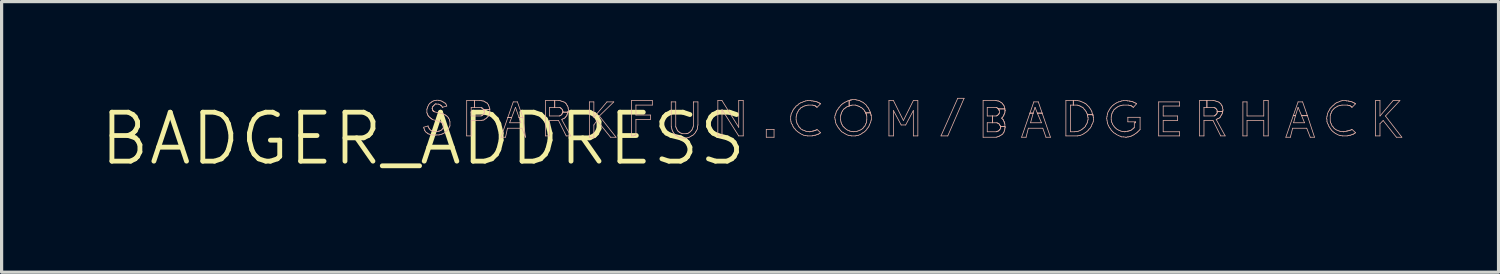
<source format=kicad_pcb>
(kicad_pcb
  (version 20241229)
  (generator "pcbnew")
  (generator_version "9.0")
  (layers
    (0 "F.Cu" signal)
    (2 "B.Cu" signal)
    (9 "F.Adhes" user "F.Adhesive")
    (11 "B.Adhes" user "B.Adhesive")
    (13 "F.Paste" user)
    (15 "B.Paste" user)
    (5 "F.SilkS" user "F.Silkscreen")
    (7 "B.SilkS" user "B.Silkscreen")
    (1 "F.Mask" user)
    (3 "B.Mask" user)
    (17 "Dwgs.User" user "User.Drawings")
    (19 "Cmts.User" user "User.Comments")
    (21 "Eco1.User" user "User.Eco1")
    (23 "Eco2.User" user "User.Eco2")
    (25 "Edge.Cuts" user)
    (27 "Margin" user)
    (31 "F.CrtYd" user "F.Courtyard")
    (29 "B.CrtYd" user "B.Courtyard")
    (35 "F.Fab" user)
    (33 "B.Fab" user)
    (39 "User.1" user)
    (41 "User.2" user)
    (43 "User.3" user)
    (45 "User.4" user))
  (footprint "BADGER_ADDRESS"
    (layer "F.Cu")
    (at 10.124 1.271)
    (property "Reference" "BADGER_ADDRESS" (at 0 0 0) (layer "F.SilkS") (effects (font (size 1.524 1.524) (thickness 0.15))))
    (attr exclude_from_pos_files exclude_from_bom)
    (fp_line (start 0.018 -0.358) (end 0.157 -0.399) (stroke (width 0.023) (type solid)) (layer "B.SilkS"))
    (fp_line (start 0.028 -0.328) (end 0.018 -0.358) (stroke (width 0.023) (type solid)) (layer "B.SilkS"))
    (fp_line (start 0.038 -0.3) (end 0.028 -0.328) (stroke (width 0.023) (type solid)) (layer "B.SilkS"))
    (fp_line (start 0.048 -0.269) (end 0.038 -0.3) (stroke (width 0.023) (type solid)) (layer "B.SilkS"))
    (fp_line (start 0.058 -0.249) (end 0.048 -0.269) (stroke (width 0.023) (type solid)) (layer "B.SilkS"))
    (fp_line (start 0.079 -0.218) (end 0.058 -0.249) (stroke (width 0.023) (type solid)) (layer "B.SilkS"))
    (fp_line (start 0.099 -0.198) (end 0.079 -0.218) (stroke (width 0.023) (type solid)) (layer "B.SilkS"))
    (fp_line (start 0.119 -0.919) (end 0.13 -0.95) (stroke (width 0.023) (type solid)) (layer "B.SilkS"))
    (fp_line (start 0.119 -0.808) (end 0.119 -0.919) (stroke (width 0.023) (type solid)) (layer "B.SilkS"))
    (fp_line (start 0.13 -0.95) (end 0.14 -0.978) (stroke (width 0.023) (type solid)) (layer "B.SilkS"))
    (fp_line (start 0.13 -0.79) (end 0.119 -0.808) (stroke (width 0.023) (type solid)) (layer "B.SilkS"))
    (fp_line (start 0.13 -0.178) (end 0.099 -0.198) (stroke (width 0.023) (type solid)) (layer "B.SilkS"))
    (fp_line (start 0.14 -0.978) (end 0.15 -1.008) (stroke (width 0.023) (type solid)) (layer "B.SilkS"))
    (fp_line (start 0.14 -0.77) (end 0.13 -0.79) (stroke (width 0.023) (type solid)) (layer "B.SilkS"))
    (fp_line (start 0.14 -0.759) (end 0.14 -0.77) (stroke (width 0.023) (type solid)) (layer "B.SilkS"))
    (fp_line (start 0.15 -1.008) (end 0.168 -1.039) (stroke (width 0.023) (type solid)) (layer "B.SilkS"))
    (fp_line (start 0.15 -0.739) (end 0.14 -0.759) (stroke (width 0.023) (type solid)) (layer "B.SilkS"))
    (fp_line (start 0.15 -0.157) (end 0.13 -0.178) (stroke (width 0.023) (type solid)) (layer "B.SilkS"))
    (fp_line (start 0.157 -0.719) (end 0.15 -0.739) (stroke (width 0.023) (type solid)) (layer "B.SilkS"))
    (fp_line (start 0.157 -0.399) (end 0.157 -0.378) (stroke (width 0.023) (type solid)) (layer "B.SilkS"))
    (fp_line (start 0.157 -0.378) (end 0.168 -0.358) (stroke (width 0.023) (type solid)) (layer "B.SilkS"))
    (fp_line (start 0.168 -1.039) (end 0.178 -1.059) (stroke (width 0.023) (type solid)) (layer "B.SilkS"))
    (fp_line (start 0.168 -0.709) (end 0.157 -0.719) (stroke (width 0.023) (type solid)) (layer "B.SilkS"))
    (fp_line (start 0.168 -0.358) (end 0.178 -0.338) (stroke (width 0.023) (type solid)) (layer "B.SilkS"))
    (fp_line (start 0.178 -1.059) (end 0.198 -1.09) (stroke (width 0.023) (type solid)) (layer "B.SilkS"))
    (fp_line (start 0.178 -0.688) (end 0.168 -0.709) (stroke (width 0.023) (type solid)) (layer "B.SilkS"))
    (fp_line (start 0.178 -0.338) (end 0.188 -0.328) (stroke (width 0.023) (type solid)) (layer "B.SilkS"))
    (fp_line (start 0.178 -0.15) (end 0.15 -0.157) (stroke (width 0.023) (type solid)) (layer "B.SilkS"))
    (fp_line (start 0.188 -0.328) (end 0.198 -0.31) (stroke (width 0.023) (type solid)) (layer "B.SilkS"))
    (fp_line (start 0.198 -1.09) (end 0.218 -1.11) (stroke (width 0.023) (type solid)) (layer "B.SilkS"))
    (fp_line (start 0.198 -0.678) (end 0.178 -0.688) (stroke (width 0.023) (type solid)) (layer "B.SilkS"))
    (fp_line (start 0.198 -0.31) (end 0.208 -0.3) (stroke (width 0.023) (type solid)) (layer "B.SilkS"))
    (fp_line (start 0.208 -0.668) (end 0.198 -0.678) (stroke (width 0.023) (type solid)) (layer "B.SilkS"))
    (fp_line (start 0.208 -0.3) (end 0.218 -0.279) (stroke (width 0.023) (type solid)) (layer "B.SilkS"))
    (fp_line (start 0.208 -0.14) (end 0.178 -0.15) (stroke (width 0.023) (type solid)) (layer "B.SilkS"))
    (fp_line (start 0.218 -1.11) (end 0.249 -1.128) (stroke (width 0.023) (type solid)) (layer "B.SilkS"))
    (fp_line (start 0.218 -0.658) (end 0.208 -0.668) (stroke (width 0.023) (type solid)) (layer "B.SilkS"))
    (fp_line (start 0.218 -0.279) (end 0.239 -0.269) (stroke (width 0.023) (type solid)) (layer "B.SilkS"))
    (fp_line (start 0.229 -0.648) (end 0.218 -0.658) (stroke (width 0.023) (type solid)) (layer "B.SilkS"))
    (fp_line (start 0.239 -0.638) (end 0.229 -0.648) (stroke (width 0.023) (type solid)) (layer "B.SilkS"))
    (fp_line (start 0.239 -0.269) (end 0.249 -0.259) (stroke (width 0.023) (type solid)) (layer "B.SilkS"))
    (fp_line (start 0.249 -1.128) (end 0.269 -1.148) (stroke (width 0.023) (type solid)) (layer "B.SilkS"))
    (fp_line (start 0.249 -0.259) (end 0.269 -0.249) (stroke (width 0.023) (type solid)) (layer "B.SilkS"))
    (fp_line (start 0.249 -0.13) (end 0.208 -0.14) (stroke (width 0.023) (type solid)) (layer "B.SilkS"))
    (fp_line (start 0.259 -0.63) (end 0.239 -0.638) (stroke (width 0.023) (type solid)) (layer "B.SilkS"))
    (fp_line (start 0.269 -1.148) (end 0.3 -1.168) (stroke (width 0.023) (type solid)) (layer "B.SilkS"))
    (fp_line (start 0.269 -0.62) (end 0.259 -0.63) (stroke (width 0.023) (type solid)) (layer "B.SilkS"))
    (fp_line (start 0.269 -0.249) (end 0.29 -0.239) (stroke (width 0.023) (type solid)) (layer "B.SilkS"))
    (fp_line (start 0.279 -0.95) (end 0.29 -0.94) (stroke (width 0.023) (type solid)) (layer "B.SilkS"))
    (fp_line (start 0.279 -0.61) (end 0.269 -0.62) (stroke (width 0.023) (type solid)) (layer "B.SilkS"))
    (fp_line (start 0.279 -0.119) (end 0.249 -0.13) (stroke (width 0.023) (type solid)) (layer "B.SilkS"))
    (fp_line (start 0.29 -0.988) (end 0.29 -0.958) (stroke (width 0.023) (type solid)) (layer "B.SilkS"))
    (fp_line (start 0.29 -0.958) (end 0.279 -0.95) (stroke (width 0.023) (type solid)) (layer "B.SilkS"))
    (fp_line (start 0.29 -0.94) (end 0.29 -0.909) (stroke (width 0.023) (type solid)) (layer "B.SilkS"))
    (fp_line (start 0.29 -0.909) (end 0.3 -0.899) (stroke (width 0.023) (type solid)) (layer "B.SilkS"))
    (fp_line (start 0.29 -0.599) (end 0.279 -0.61) (stroke (width 0.023) (type solid)) (layer "B.SilkS"))
    (fp_line (start 0.29 -0.239) (end 0.31 -0.239) (stroke (width 0.023) (type solid)) (layer "B.SilkS"))
    (fp_line (start 0.3 -1.168) (end 0.328 -1.179) (stroke (width 0.023) (type solid)) (layer "B.SilkS"))
    (fp_line (start 0.3 -0.998) (end 0.29 -0.988) (stroke (width 0.023) (type solid)) (layer "B.SilkS"))
    (fp_line (start 0.3 -0.899) (end 0.3 -0.879) (stroke (width 0.023) (type solid)) (layer "B.SilkS"))
    (fp_line (start 0.3 -0.879) (end 0.31 -0.879) (stroke (width 0.023) (type solid)) (layer "B.SilkS"))
    (fp_line (start 0.31 -1.008) (end 0.3 -0.998) (stroke (width 0.023) (type solid)) (layer "B.SilkS"))
    (fp_line (start 0.31 -0.879) (end 0.31 -0.869) (stroke (width 0.023) (type solid)) (layer "B.SilkS"))
    (fp_line (start 0.31 -0.869) (end 0.318 -0.869) (stroke (width 0.023) (type solid)) (layer "B.SilkS"))
    (fp_line (start 0.31 -0.239) (end 0.328 -0.229) (stroke (width 0.023) (type solid)) (layer "B.SilkS"))
    (fp_line (start 0.318 -1.019) (end 0.31 -1.008) (stroke (width 0.023) (type solid)) (layer "B.SilkS"))
    (fp_line (start 0.318 -0.869) (end 0.318 -0.859) (stroke (width 0.023) (type solid)) (layer "B.SilkS"))
    (fp_line (start 0.318 -0.859) (end 0.328 -0.859) (stroke (width 0.023) (type solid)) (layer "B.SilkS"))
    (fp_line (start 0.328 -1.179) (end 0.358 -1.189) (stroke (width 0.023) (type solid)) (layer "B.SilkS"))
    (fp_line (start 0.328 -1.029) (end 0.318 -1.019) (stroke (width 0.023) (type solid)) (layer "B.SilkS"))
    (fp_line (start 0.328 -0.859) (end 0.328 -0.848) (stroke (width 0.023) (type solid)) (layer "B.SilkS"))
    (fp_line (start 0.328 -0.848) (end 0.348 -0.848) (stroke (width 0.023) (type solid)) (layer "B.SilkS"))
    (fp_line (start 0.328 -0.229) (end 0.368 -0.229) (stroke (width 0.023) (type solid)) (layer "B.SilkS"))
    (fp_line (start 0.328 -0.119) (end 0.279 -0.119) (stroke (width 0.023) (type solid)) (layer "B.SilkS"))
    (fp_line (start 0.338 -1.039) (end 0.328 -1.029) (stroke (width 0.023) (type solid)) (layer "B.SilkS"))
    (fp_line (start 0.348 -1.049) (end 0.338 -1.039) (stroke (width 0.023) (type solid)) (layer "B.SilkS"))
    (fp_line (start 0.348 -0.848) (end 0.358 -0.838) (stroke (width 0.023) (type solid)) (layer "B.SilkS"))
    (fp_line (start 0.358 -1.189) (end 0.389 -1.189) (stroke (width 0.023) (type solid)) (layer "B.SilkS"))
    (fp_line (start 0.358 -1.059) (end 0.348 -1.049) (stroke (width 0.023) (type solid)) (layer "B.SilkS"))
    (fp_line (start 0.358 -0.838) (end 0.599 -0.78) (stroke (width 0.023) (type solid)) (layer "B.SilkS"))
    (fp_line (start 0.368 -1.069) (end 0.358 -1.059) (stroke (width 0.023) (type solid)) (layer "B.SilkS"))
    (fp_line (start 0.368 -0.229) (end 0.399 -0.218) (stroke (width 0.023) (type solid)) (layer "B.SilkS"))
    (fp_line (start 0.368 -0.109) (end 0.328 -0.119) (stroke (width 0.023) (type solid)) (layer "B.SilkS"))
    (fp_line (start 0.378 -1.079) (end 0.368 -1.069) (stroke (width 0.023) (type solid)) (layer "B.SilkS"))
    (fp_line (start 0.389 -1.189) (end 0.419 -1.199) (stroke (width 0.023) (type solid)) (layer "B.SilkS"))
    (fp_line (start 0.399 -1.09) (end 0.378 -1.079) (stroke (width 0.023) (type solid)) (layer "B.SilkS"))
    (fp_line (start 0.399 -0.218) (end 0.419 -0.229) (stroke (width 0.023) (type solid)) (layer "B.SilkS"))
    (fp_line (start 0.419 -1.199) (end 0.478 -1.199) (stroke (width 0.023) (type solid)) (layer "B.SilkS"))
    (fp_line (start 0.419 -1.079) (end 0.399 -1.09) (stroke (width 0.023) (type solid)) (layer "B.SilkS"))
    (fp_line (start 0.419 -0.229) (end 0.47 -0.229) (stroke (width 0.023) (type solid)) (layer "B.SilkS"))
    (fp_line (start 0.419 -0.119) (end 0.368 -0.109) (stroke (width 0.023) (type solid)) (layer "B.SilkS"))
    (fp_line (start 0.47 -0.229) (end 0.488 -0.239) (stroke (width 0.023) (type solid)) (layer "B.SilkS"))
    (fp_line (start 0.478 -1.199) (end 0.498 -1.189) (stroke (width 0.023) (type solid)) (layer "B.SilkS"))
    (fp_line (start 0.478 -1.079) (end 0.419 -1.079) (stroke (width 0.023) (type solid)) (layer "B.SilkS"))
    (fp_line (start 0.488 -0.239) (end 0.508 -0.239) (stroke (width 0.023) (type solid)) (layer "B.SilkS"))
    (fp_line (start 0.498 -1.189) (end 0.528 -1.189) (stroke (width 0.023) (type solid)) (layer "B.SilkS"))
    (fp_line (start 0.498 -1.069) (end 0.478 -1.079) (stroke (width 0.023) (type solid)) (layer "B.SilkS"))
    (fp_line (start 0.498 -0.119) (end 0.419 -0.119) (stroke (width 0.023) (type solid)) (layer "B.SilkS"))
    (fp_line (start 0.508 -1.069) (end 0.498 -1.069) (stroke (width 0.023) (type solid)) (layer "B.SilkS"))
    (fp_line (start 0.508 -0.239) (end 0.528 -0.249) (stroke (width 0.023) (type solid)) (layer "B.SilkS"))
    (fp_line (start 0.528 -1.189) (end 0.559 -1.179) (stroke (width 0.023) (type solid)) (layer "B.SilkS"))
    (fp_line (start 0.528 -1.059) (end 0.508 -1.069) (stroke (width 0.023) (type solid)) (layer "B.SilkS"))
    (fp_line (start 0.528 -0.249) (end 0.549 -0.259) (stroke (width 0.023) (type solid)) (layer "B.SilkS"))
    (fp_line (start 0.528 -0.13) (end 0.498 -0.119) (stroke (width 0.023) (type solid)) (layer "B.SilkS"))
    (fp_line (start 0.538 -1.049) (end 0.528 -1.059) (stroke (width 0.023) (type solid)) (layer "B.SilkS"))
    (fp_line (start 0.538 -0.528) (end 0.29 -0.599) (stroke (width 0.023) (type solid)) (layer "B.SilkS"))
    (fp_line (start 0.549 -1.039) (end 0.538 -1.049) (stroke (width 0.023) (type solid)) (layer "B.SilkS"))
    (fp_line (start 0.549 -0.528) (end 0.538 -0.528) (stroke (width 0.023) (type solid)) (layer "B.SilkS"))
    (fp_line (start 0.549 -0.259) (end 0.569 -0.269) (stroke (width 0.023) (type solid)) (layer "B.SilkS"))
    (fp_line (start 0.559 -1.179) (end 0.589 -1.168) (stroke (width 0.023) (type solid)) (layer "B.SilkS"))
    (fp_line (start 0.559 -1.039) (end 0.549 -1.039) (stroke (width 0.023) (type solid)) (layer "B.SilkS"))
    (fp_line (start 0.559 -0.518) (end 0.549 -0.528) (stroke (width 0.023) (type solid)) (layer "B.SilkS"))
    (fp_line (start 0.569 -1.029) (end 0.559 -1.039) (stroke (width 0.023) (type solid)) (layer "B.SilkS"))
    (fp_line (start 0.569 -0.508) (end 0.559 -0.518) (stroke (width 0.023) (type solid)) (layer "B.SilkS"))
    (fp_line (start 0.569 -0.269) (end 0.579 -0.279) (stroke (width 0.023) (type solid)) (layer "B.SilkS"))
    (fp_line (start 0.569 -0.14) (end 0.528 -0.13) (stroke (width 0.023) (type solid)) (layer "B.SilkS"))
    (fp_line (start 0.579 -1.019) (end 0.569 -1.029) (stroke (width 0.023) (type solid)) (layer "B.SilkS"))
    (fp_line (start 0.579 -0.508) (end 0.569 -0.508) (stroke (width 0.023) (type solid)) (layer "B.SilkS"))
    (fp_line (start 0.579 -0.279) (end 0.599 -0.3) (stroke (width 0.023) (type solid)) (layer "B.SilkS"))
    (fp_line (start 0.589 -1.168) (end 0.62 -1.148) (stroke (width 0.023) (type solid)) (layer "B.SilkS"))
    (fp_line (start 0.589 -1.008) (end 0.579 -1.019) (stroke (width 0.023) (type solid)) (layer "B.SilkS"))
    (fp_line (start 0.589 -0.498) (end 0.579 -0.508) (stroke (width 0.023) (type solid)) (layer "B.SilkS"))
    (fp_line (start 0.599 -0.988) (end 0.589 -1.008) (stroke (width 0.023) (type solid)) (layer "B.SilkS"))
    (fp_line (start 0.599 -0.978) (end 0.599 -0.988) (stroke (width 0.023) (type solid)) (layer "B.SilkS"))
    (fp_line (start 0.599 -0.78) (end 0.63 -0.77) (stroke (width 0.023) (type solid)) (layer "B.SilkS"))
    (fp_line (start 0.599 -0.488) (end 0.589 -0.498) (stroke (width 0.023) (type solid)) (layer "B.SilkS"))
    (fp_line (start 0.599 -0.3) (end 0.61 -0.31) (stroke (width 0.023) (type solid)) (layer "B.SilkS"))
    (fp_line (start 0.599 -0.15) (end 0.569 -0.14) (stroke (width 0.023) (type solid)) (layer "B.SilkS"))
    (fp_line (start 0.61 -0.488) (end 0.599 -0.488) (stroke (width 0.023) (type solid)) (layer "B.SilkS"))
    (fp_line (start 0.61 -0.478) (end 0.61 -0.488) (stroke (width 0.023) (type solid)) (layer "B.SilkS"))
    (fp_line (start 0.61 -0.31) (end 0.62 -0.328) (stroke (width 0.023) (type solid)) (layer "B.SilkS"))
    (fp_line (start 0.62 -1.148) (end 0.638 -1.138) (stroke (width 0.023) (type solid)) (layer "B.SilkS"))
    (fp_line (start 0.62 -0.47) (end 0.61 -0.478) (stroke (width 0.023) (type solid)) (layer "B.SilkS"))
    (fp_line (start 0.62 -0.46) (end 0.62 -0.47) (stroke (width 0.023) (type solid)) (layer "B.SilkS"))
    (fp_line (start 0.62 -0.328) (end 0.63 -0.338) (stroke (width 0.023) (type solid)) (layer "B.SilkS"))
    (fp_line (start 0.63 -0.77) (end 0.648 -0.759) (stroke (width 0.023) (type solid)) (layer "B.SilkS"))
    (fp_line (start 0.63 -0.45) (end 0.62 -0.46) (stroke (width 0.023) (type solid)) (layer "B.SilkS"))
    (fp_line (start 0.63 -0.429) (end 0.63 -0.45) (stroke (width 0.023) (type solid)) (layer "B.SilkS"))
    (fp_line (start 0.63 -0.358) (end 0.638 -0.378) (stroke (width 0.023) (type solid)) (layer "B.SilkS"))
    (fp_line (start 0.63 -0.338) (end 0.63 -0.358) (stroke (width 0.023) (type solid)) (layer "B.SilkS"))
    (fp_line (start 0.63 -0.168) (end 0.599 -0.15) (stroke (width 0.023) (type solid)) (layer "B.SilkS"))
    (fp_line (start 0.638 -1.138) (end 0.668 -1.118) (stroke (width 0.023) (type solid)) (layer "B.SilkS"))
    (fp_line (start 0.638 -0.419) (end 0.63 -0.429) (stroke (width 0.023) (type solid)) (layer "B.SilkS"))
    (fp_line (start 0.638 -0.378) (end 0.638 -0.419) (stroke (width 0.023) (type solid)) (layer "B.SilkS"))
    (fp_line (start 0.648 -0.759) (end 0.678 -0.749) (stroke (width 0.023) (type solid)) (layer "B.SilkS"))
    (fp_line (start 0.658 -0.178) (end 0.63 -0.168) (stroke (width 0.023) (type solid)) (layer "B.SilkS"))
    (fp_line (start 0.668 -1.118) (end 0.688 -1.11) (stroke (width 0.023) (type solid)) (layer "B.SilkS"))
    (fp_line (start 0.678 -0.749) (end 0.699 -0.739) (stroke (width 0.023) (type solid)) (layer "B.SilkS"))
    (fp_line (start 0.688 -1.11) (end 0.709 -1.09) (stroke (width 0.023) (type solid)) (layer "B.SilkS"))
    (fp_line (start 0.688 -0.208) (end 0.658 -0.178) (stroke (width 0.023) (type solid)) (layer "B.SilkS"))
    (fp_line (start 0.699 -0.739) (end 0.719 -0.719) (stroke (width 0.023) (type solid)) (layer "B.SilkS"))
    (fp_line (start 0.709 -1.09) (end 0.719 -1.059) (stroke (width 0.023) (type solid)) (layer "B.SilkS"))
    (fp_line (start 0.719 -1.059) (end 0.729 -1.039) (stroke (width 0.023) (type solid)) (layer "B.SilkS"))
    (fp_line (start 0.719 -0.719) (end 0.739 -0.709) (stroke (width 0.023) (type solid)) (layer "B.SilkS"))
    (fp_line (start 0.719 -0.229) (end 0.688 -0.208) (stroke (width 0.023) (type solid)) (layer "B.SilkS"))
    (fp_line (start 0.729 -1.039) (end 0.739 -1.019) (stroke (width 0.023) (type solid)) (layer "B.SilkS"))
    (fp_line (start 0.739 -1.019) (end 0.599 -0.978) (stroke (width 0.023) (type solid)) (layer "B.SilkS"))
    (fp_line (start 0.739 -0.709) (end 0.759 -0.688) (stroke (width 0.023) (type solid)) (layer "B.SilkS"))
    (fp_line (start 0.749 -0.249) (end 0.719 -0.229) (stroke (width 0.023) (type solid)) (layer "B.SilkS"))
    (fp_line (start 0.759 -0.688) (end 0.78 -0.668) (stroke (width 0.023) (type solid)) (layer "B.SilkS"))
    (fp_line (start 0.77 -0.279) (end 0.749 -0.249) (stroke (width 0.023) (type solid)) (layer "B.SilkS"))
    (fp_line (start 0.78 -0.668) (end 0.79 -0.648) (stroke (width 0.023) (type solid)) (layer "B.SilkS"))
    (fp_line (start 0.79 -0.648) (end 0.798 -0.63) (stroke (width 0.023) (type solid)) (layer "B.SilkS"))
    (fp_line (start 0.79 -0.31) (end 0.77 -0.279) (stroke (width 0.023) (type solid)) (layer "B.SilkS"))
    (fp_line (start 0.798 -0.63) (end 0.818 -0.61) (stroke (width 0.023) (type solid)) (layer "B.SilkS"))
    (fp_line (start 0.808 -0.338) (end 0.79 -0.31) (stroke (width 0.023) (type solid)) (layer "B.SilkS"))
    (fp_line (start 0.818 -0.61) (end 0.828 -0.579) (stroke (width 0.023) (type solid)) (layer "B.SilkS"))
    (fp_line (start 0.818 -0.368) (end 0.808 -0.338) (stroke (width 0.023) (type solid)) (layer "B.SilkS"))
    (fp_line (start 0.828 -0.579) (end 0.828 -0.559) (stroke (width 0.023) (type solid)) (layer "B.SilkS"))
    (fp_line (start 0.828 -0.559) (end 0.838 -0.528) (stroke (width 0.023) (type solid)) (layer "B.SilkS"))
    (fp_line (start 0.838 -0.528) (end 0.838 -0.399) (stroke (width 0.023) (type solid)) (layer "B.SilkS"))
    (fp_line (start 0.838 -0.399) (end 0.818 -0.368) (stroke (width 0.023) (type solid)) (layer "B.SilkS"))
    (fp_line (start 1.359 -1.189) (end 1.359 -0.089) (stroke (width 0.023) (type solid)) (layer "B.SilkS"))
    (fp_line (start 1.359 -0.089) (end 1.499 -0.089) (stroke (width 0.023) (type solid)) (layer "B.SilkS"))
    (fp_line (start 1.499 -0.978) (end 1.598 -0.978) (stroke (width 0.023) (type solid)) (layer "B.SilkS"))
    (fp_line (start 1.499 -0.709) (end 1.499 -0.978) (stroke (width 0.023) (type solid)) (layer "B.SilkS"))
    (fp_line (start 1.499 -0.569) (end 1.808 -0.569) (stroke (width 0.023) (type solid)) (layer "B.SilkS"))
    (fp_line (start 1.499 -0.089) (end 1.499 -0.569) (stroke (width 0.023) (type solid)) (layer "B.SilkS"))
    (fp_line (start 1.598 -1.189) (end 1.359 -1.189) (stroke (width 0.023) (type solid)) (layer "B.SilkS"))
    (fp_line (start 1.598 -1.189) (end 1.598 -0.978) (stroke (width 0.023) (type solid)) (layer "B.SilkS"))
    (fp_line (start 1.598 -0.978) (end 1.598 -1.189) (stroke (width 0.023) (type solid)) (layer "B.SilkS"))
    (fp_line (start 1.598 -0.978) (end 1.808 -0.978) (stroke (width 0.023) (type solid)) (layer "B.SilkS"))
    (fp_line (start 1.768 -1.189) (end 1.598 -1.189) (stroke (width 0.023) (type solid)) (layer "B.SilkS"))
    (fp_line (start 1.808 -1.189) (end 1.768 -1.189) (stroke (width 0.023) (type solid)) (layer "B.SilkS"))
    (fp_line (start 1.808 -0.978) (end 1.819 -0.968) (stroke (width 0.023) (type solid)) (layer "B.SilkS"))
    (fp_line (start 1.808 -0.709) (end 1.499 -0.709) (stroke (width 0.023) (type solid)) (layer "B.SilkS"))
    (fp_line (start 1.808 -0.569) (end 1.839 -0.579) (stroke (width 0.023) (type solid)) (layer "B.SilkS"))
    (fp_line (start 1.819 -0.968) (end 1.829 -0.958) (stroke (width 0.023) (type solid)) (layer "B.SilkS"))
    (fp_line (start 1.819 -0.719) (end 1.808 -0.709) (stroke (width 0.023) (type solid)) (layer "B.SilkS"))
    (fp_line (start 1.829 -0.958) (end 1.839 -0.958) (stroke (width 0.023) (type solid)) (layer "B.SilkS"))
    (fp_line (start 1.839 -1.179) (end 1.808 -1.189) (stroke (width 0.023) (type solid)) (layer "B.SilkS"))
    (fp_line (start 1.839 -0.958) (end 1.839 -0.95) (stroke (width 0.023) (type solid)) (layer "B.SilkS"))
    (fp_line (start 1.839 -0.95) (end 1.849 -0.95) (stroke (width 0.023) (type solid)) (layer "B.SilkS"))
    (fp_line (start 1.839 -0.719) (end 1.819 -0.719) (stroke (width 0.023) (type solid)) (layer "B.SilkS"))
    (fp_line (start 1.839 -0.579) (end 1.869 -0.579) (stroke (width 0.023) (type solid)) (layer "B.SilkS"))
    (fp_line (start 1.849 -0.95) (end 1.859 -0.94) (stroke (width 0.023) (type solid)) (layer "B.SilkS"))
    (fp_line (start 1.849 -0.729) (end 1.839 -0.719) (stroke (width 0.023) (type solid)) (layer "B.SilkS"))
    (fp_line (start 1.859 -0.94) (end 1.869 -0.93) (stroke (width 0.023) (type solid)) (layer "B.SilkS"))
    (fp_line (start 1.859 -0.739) (end 1.849 -0.729) (stroke (width 0.023) (type solid)) (layer "B.SilkS"))
    (fp_line (start 1.869 -1.179) (end 1.839 -1.179) (stroke (width 0.023) (type solid)) (layer "B.SilkS"))
    (fp_line (start 1.869 -0.93) (end 1.869 -0.919) (stroke (width 0.023) (type solid)) (layer "B.SilkS"))
    (fp_line (start 1.869 -0.919) (end 1.88 -0.909) (stroke (width 0.023) (type solid)) (layer "B.SilkS"))
    (fp_line (start 1.869 -0.749) (end 1.859 -0.739) (stroke (width 0.023) (type solid)) (layer "B.SilkS"))
    (fp_line (start 1.869 -0.579) (end 1.9 -0.589) (stroke (width 0.023) (type solid)) (layer "B.SilkS"))
    (fp_line (start 1.88 -0.909) (end 1.89 -0.899) (stroke (width 0.023) (type solid)) (layer "B.SilkS"))
    (fp_line (start 1.88 -0.909) (end 2.078 -0.909) (stroke (width 0.023) (type solid)) (layer "B.SilkS"))
    (fp_line (start 1.88 -0.759) (end 1.869 -0.749) (stroke (width 0.023) (type solid)) (layer "B.SilkS"))
    (fp_line (start 1.89 -0.899) (end 1.89 -0.889) (stroke (width 0.023) (type solid)) (layer "B.SilkS"))
    (fp_line (start 1.89 -0.889) (end 1.9 -0.889) (stroke (width 0.023) (type solid)) (layer "B.SilkS"))
    (fp_line (start 1.89 -0.78) (end 1.89 -0.77) (stroke (width 0.023) (type solid)) (layer "B.SilkS"))
    (fp_line (start 1.89 -0.77) (end 1.88 -0.759) (stroke (width 0.023) (type solid)) (layer "B.SilkS"))
    (fp_line (start 1.9 -1.168) (end 1.869 -1.179) (stroke (width 0.023) (type solid)) (layer "B.SilkS"))
    (fp_line (start 1.9 -0.889) (end 1.9 -0.869) (stroke (width 0.023) (type solid)) (layer "B.SilkS"))
    (fp_line (start 1.9 -0.869) (end 1.908 -0.869) (stroke (width 0.023) (type solid)) (layer "B.SilkS"))
    (fp_line (start 1.9 -0.79) (end 1.89 -0.78) (stroke (width 0.023) (type solid)) (layer "B.SilkS"))
    (fp_line (start 1.9 -0.589) (end 1.918 -0.61) (stroke (width 0.023) (type solid)) (layer "B.SilkS"))
    (fp_line (start 1.908 -0.869) (end 1.908 -0.808) (stroke (width 0.023) (type solid)) (layer "B.SilkS"))
    (fp_line (start 1.908 -0.808) (end 1.9 -0.79) (stroke (width 0.023) (type solid)) (layer "B.SilkS"))
    (fp_line (start 1.918 -0.61) (end 1.948 -0.62) (stroke (width 0.023) (type solid)) (layer "B.SilkS"))
    (fp_line (start 1.928 -1.148) (end 1.9 -1.168) (stroke (width 0.023) (type solid)) (layer "B.SilkS"))
    (fp_line (start 1.948 -1.138) (end 1.928 -1.148) (stroke (width 0.023) (type solid)) (layer "B.SilkS"))
    (fp_line (start 1.948 -0.62) (end 1.968 -0.638) (stroke (width 0.023) (type solid)) (layer "B.SilkS"))
    (fp_line (start 1.968 -0.638) (end 1.989 -0.658) (stroke (width 0.023) (type solid)) (layer "B.SilkS"))
    (fp_line (start 1.979 -1.118) (end 1.948 -1.138) (stroke (width 0.023) (type solid)) (layer "B.SilkS"))
    (fp_line (start 1.989 -0.658) (end 2.009 -0.678) (stroke (width 0.023) (type solid)) (layer "B.SilkS"))
    (fp_line (start 1.999 -1.11) (end 1.979 -1.118) (stroke (width 0.023) (type solid)) (layer "B.SilkS"))
    (fp_line (start 2.009 -1.09) (end 1.999 -1.11) (stroke (width 0.023) (type solid)) (layer "B.SilkS"))
    (fp_line (start 2.009 -0.678) (end 2.029 -0.699) (stroke (width 0.023) (type solid)) (layer "B.SilkS"))
    (fp_line (start 2.029 -1.069) (end 2.009 -1.09) (stroke (width 0.023) (type solid)) (layer "B.SilkS"))
    (fp_line (start 2.029 -0.699) (end 2.05 -0.729) (stroke (width 0.023) (type solid)) (layer "B.SilkS"))
    (fp_line (start 2.04 -1.039) (end 2.029 -1.069) (stroke (width 0.023) (type solid)) (layer "B.SilkS"))
    (fp_line (start 2.05 -1.019) (end 2.04 -1.039) (stroke (width 0.023) (type solid)) (layer "B.SilkS"))
    (fp_line (start 2.05 -0.729) (end 2.06 -0.759) (stroke (width 0.023) (type solid)) (layer "B.SilkS"))
    (fp_line (start 2.06 -0.988) (end 2.05 -1.019) (stroke (width 0.023) (type solid)) (layer "B.SilkS"))
    (fp_line (start 2.06 -0.759) (end 2.068 -0.79) (stroke (width 0.023) (type solid)) (layer "B.SilkS"))
    (fp_line (start 2.068 -0.958) (end 2.06 -0.988) (stroke (width 0.023) (type solid)) (layer "B.SilkS"))
    (fp_line (start 2.068 -0.79) (end 2.078 -0.818) (stroke (width 0.023) (type solid)) (layer "B.SilkS"))
    (fp_line (start 2.078 -0.94) (end 2.068 -0.958) (stroke (width 0.023) (type solid)) (layer "B.SilkS"))
    (fp_line (start 2.078 -0.909) (end 1.88 -0.909) (stroke (width 0.023) (type solid)) (layer "B.SilkS"))
    (fp_line (start 2.078 -0.909) (end 2.078 -0.94) (stroke (width 0.023) (type solid)) (layer "B.SilkS"))
    (fp_line (start 2.078 -0.818) (end 2.078 -0.909) (stroke (width 0.023) (type solid)) (layer "B.SilkS"))
    (fp_line (start 2.428 -0.048) (end 2.568 -0.048) (stroke (width 0.023) (type solid)) (layer "B.SilkS"))
    (fp_line (start 2.568 -0.048) (end 2.629 -0.328) (stroke (width 0.023) (type solid)) (layer "B.SilkS"))
    (fp_line (start 2.629 -0.328) (end 3.078 -0.328) (stroke (width 0.023) (type solid)) (layer "B.SilkS"))
    (fp_line (start 2.639 -0.658) (end 2.428 -0.048) (stroke (width 0.023) (type solid)) (layer "B.SilkS"))
    (fp_line (start 2.639 -0.658) (end 2.758 -0.658) (stroke (width 0.023) (type solid)) (layer "B.SilkS"))
    (fp_line (start 2.697 -0.498) (end 2.758 -0.658) (stroke (width 0.023) (type solid)) (layer "B.SilkS"))
    (fp_line (start 2.758 -0.658) (end 2.639 -0.658) (stroke (width 0.023) (type solid)) (layer "B.SilkS"))
    (fp_line (start 2.758 -0.658) (end 2.878 -0.978) (stroke (width 0.023) (type solid)) (layer "B.SilkS"))
    (fp_line (start 2.809 -1.148) (end 2.639 -0.658) (stroke (width 0.023) (type solid)) (layer "B.SilkS"))
    (fp_line (start 2.878 -0.978) (end 2.99 -0.658) (stroke (width 0.023) (type solid)) (layer "B.SilkS"))
    (fp_line (start 2.939 -1.148) (end 2.809 -1.148) (stroke (width 0.023) (type solid)) (layer "B.SilkS"))
    (fp_line (start 2.99 -0.658) (end 3.048 -0.498) (stroke (width 0.023) (type solid)) (layer "B.SilkS"))
    (fp_line (start 2.99 -0.658) (end 3.109 -0.658) (stroke (width 0.023) (type solid)) (layer "B.SilkS"))
    (fp_line (start 3.048 -0.498) (end 2.697 -0.498) (stroke (width 0.023) (type solid)) (layer "B.SilkS"))
    (fp_line (start 3.078 -0.328) (end 3.188 -0.048) (stroke (width 0.023) (type solid)) (layer "B.SilkS"))
    (fp_line (start 3.109 -0.658) (end 2.939 -1.148) (stroke (width 0.023) (type solid)) (layer "B.SilkS"))
    (fp_line (start 3.109 -0.658) (end 2.99 -0.658) (stroke (width 0.023) (type solid)) (layer "B.SilkS"))
    (fp_line (start 3.188 -0.048) (end 3.109 -0.658) (stroke (width 0.023) (type solid)) (layer "B.SilkS"))
    (fp_line (start 3.81 -1.189) (end 3.81 -0.089) (stroke (width 0.023) (type solid)) (layer "B.SilkS"))
    (fp_line (start 3.81 -0.089) (end 3.94 -0.089) (stroke (width 0.023) (type solid)) (layer "B.SilkS"))
    (fp_line (start 3.94 -0.978) (end 4.1 -0.978) (stroke (width 0.023) (type solid)) (layer "B.SilkS"))
    (fp_line (start 3.94 -0.709) (end 3.94 -0.978) (stroke (width 0.023) (type solid)) (layer "B.SilkS"))
    (fp_line (start 3.94 -0.569) (end 4.219 -0.569) (stroke (width 0.023) (type solid)) (layer "B.SilkS"))
    (fp_line (start 3.94 -0.089) (end 3.94 -0.569) (stroke (width 0.023) (type solid)) (layer "B.SilkS"))
    (fp_line (start 4.1 -1.189) (end 3.81 -1.189) (stroke (width 0.023) (type solid)) (layer "B.SilkS"))
    (fp_line (start 4.1 -1.189) (end 4.1 -0.978) (stroke (width 0.023) (type solid)) (layer "B.SilkS"))
    (fp_line (start 4.1 -0.978) (end 4.1 -1.189) (stroke (width 0.023) (type solid)) (layer "B.SilkS"))
    (fp_line (start 4.1 -0.978) (end 4.26 -0.978) (stroke (width 0.023) (type solid)) (layer "B.SilkS"))
    (fp_line (start 4.219 -1.189) (end 4.1 -1.189) (stroke (width 0.023) (type solid)) (layer "B.SilkS"))
    (fp_line (start 4.219 -0.569) (end 4.458 -0.089) (stroke (width 0.023) (type solid)) (layer "B.SilkS"))
    (fp_line (start 4.249 -0.709) (end 3.94 -0.709) (stroke (width 0.023) (type solid)) (layer "B.SilkS"))
    (fp_line (start 4.26 -1.189) (end 4.219 -1.189) (stroke (width 0.023) (type solid)) (layer "B.SilkS"))
    (fp_line (start 4.26 -0.978) (end 4.27 -0.968) (stroke (width 0.023) (type solid)) (layer "B.SilkS"))
    (fp_line (start 4.26 -0.719) (end 4.249 -0.709) (stroke (width 0.023) (type solid)) (layer "B.SilkS"))
    (fp_line (start 4.27 -0.968) (end 4.28 -0.958) (stroke (width 0.023) (type solid)) (layer "B.SilkS"))
    (fp_line (start 4.28 -0.958) (end 4.288 -0.958) (stroke (width 0.023) (type solid)) (layer "B.SilkS"))
    (fp_line (start 4.28 -0.719) (end 4.26 -0.719) (stroke (width 0.023) (type solid)) (layer "B.SilkS"))
    (fp_line (start 4.288 -1.179) (end 4.26 -1.189) (stroke (width 0.023) (type solid)) (layer "B.SilkS"))
    (fp_line (start 4.288 -0.958) (end 4.298 -0.95) (stroke (width 0.023) (type solid)) (layer "B.SilkS"))
    (fp_line (start 4.288 -0.729) (end 4.28 -0.719) (stroke (width 0.023) (type solid)) (layer "B.SilkS"))
    (fp_line (start 4.298 -0.95) (end 4.308 -0.94) (stroke (width 0.023) (type solid)) (layer "B.SilkS"))
    (fp_line (start 4.298 -0.739) (end 4.288 -0.729) (stroke (width 0.023) (type solid)) (layer "B.SilkS"))
    (fp_line (start 4.308 -0.94) (end 4.318 -0.93) (stroke (width 0.023) (type solid)) (layer "B.SilkS"))
    (fp_line (start 4.308 -0.749) (end 4.298 -0.739) (stroke (width 0.023) (type solid)) (layer "B.SilkS"))
    (fp_line (start 4.318 -1.168) (end 4.288 -1.179) (stroke (width 0.023) (type solid)) (layer "B.SilkS"))
    (fp_line (start 4.318 -0.93) (end 4.328 -0.919) (stroke (width 0.023) (type solid)) (layer "B.SilkS"))
    (fp_line (start 4.318 -0.759) (end 4.308 -0.749) (stroke (width 0.023) (type solid)) (layer "B.SilkS"))
    (fp_line (start 4.318 -0.599) (end 4.338 -0.61) (stroke (width 0.023) (type solid)) (layer "B.SilkS"))
    (fp_line (start 4.328 -0.919) (end 4.338 -0.909) (stroke (width 0.023) (type solid)) (layer "B.SilkS"))
    (fp_line (start 4.328 -0.78) (end 4.328 -0.77) (stroke (width 0.023) (type solid)) (layer "B.SilkS"))
    (fp_line (start 4.328 -0.77) (end 4.318 -0.759) (stroke (width 0.023) (type solid)) (layer "B.SilkS"))
    (fp_line (start 4.338 -0.909) (end 4.338 -0.889) (stroke (width 0.023) (type solid)) (layer "B.SilkS"))
    (fp_line (start 4.338 -0.889) (end 4.348 -0.879) (stroke (width 0.023) (type solid)) (layer "B.SilkS"))
    (fp_line (start 4.338 -0.808) (end 4.338 -0.79) (stroke (width 0.023) (type solid)) (layer "B.SilkS"))
    (fp_line (start 4.338 -0.79) (end 4.328 -0.78) (stroke (width 0.023) (type solid)) (layer "B.SilkS"))
    (fp_line (start 4.338 -0.61) (end 4.359 -0.62) (stroke (width 0.023) (type solid)) (layer "B.SilkS"))
    (fp_line (start 4.348 -1.158) (end 4.318 -1.168) (stroke (width 0.023) (type solid)) (layer "B.SilkS"))
    (fp_line (start 4.348 -0.879) (end 4.348 -0.869) (stroke (width 0.023) (type solid)) (layer "B.SilkS"))
    (fp_line (start 4.348 -0.869) (end 4.359 -0.859) (stroke (width 0.023) (type solid)) (layer "B.SilkS"))
    (fp_line (start 4.348 -0.838) (end 4.348 -0.828) (stroke (width 0.023) (type solid)) (layer "B.SilkS"))
    (fp_line (start 4.348 -0.828) (end 4.348 -0.818) (stroke (width 0.023) (type solid)) (layer "B.SilkS"))
    (fp_line (start 4.348 -0.828) (end 4.508 -0.828) (stroke (width 0.023) (type solid)) (layer "B.SilkS"))
    (fp_line (start 4.348 -0.818) (end 4.338 -0.808) (stroke (width 0.023) (type solid)) (layer "B.SilkS"))
    (fp_line (start 4.359 -0.859) (end 4.359 -0.838) (stroke (width 0.023) (type solid)) (layer "B.SilkS"))
    (fp_line (start 4.359 -0.838) (end 4.348 -0.838) (stroke (width 0.023) (type solid)) (layer "B.SilkS"))
    (fp_line (start 4.359 -0.62) (end 4.379 -0.63) (stroke (width 0.023) (type solid)) (layer "B.SilkS"))
    (fp_line (start 4.379 -1.148) (end 4.348 -1.158) (stroke (width 0.023) (type solid)) (layer "B.SilkS"))
    (fp_line (start 4.379 -0.63) (end 4.399 -0.638) (stroke (width 0.023) (type solid)) (layer "B.SilkS"))
    (fp_line (start 4.399 -0.638) (end 4.409 -0.648) (stroke (width 0.023) (type solid)) (layer "B.SilkS"))
    (fp_line (start 4.409 -1.138) (end 4.379 -1.148) (stroke (width 0.023) (type solid)) (layer "B.SilkS"))
    (fp_line (start 4.409 -0.648) (end 4.43 -0.658) (stroke (width 0.023) (type solid)) (layer "B.SilkS"))
    (fp_line (start 4.43 -1.118) (end 4.409 -1.138) (stroke (width 0.023) (type solid)) (layer "B.SilkS"))
    (fp_line (start 4.43 -0.658) (end 4.44 -0.678) (stroke (width 0.023) (type solid)) (layer "B.SilkS"))
    (fp_line (start 4.44 -0.678) (end 4.448 -0.688) (stroke (width 0.023) (type solid)) (layer "B.SilkS"))
    (fp_line (start 4.448 -1.1) (end 4.43 -1.118) (stroke (width 0.023) (type solid)) (layer "B.SilkS"))
    (fp_line (start 4.448 -0.688) (end 4.468 -0.709) (stroke (width 0.023) (type solid)) (layer "B.SilkS"))
    (fp_line (start 4.458 -0.089) (end 4.6 -0.089) (stroke (width 0.023) (type solid)) (layer "B.SilkS"))
    (fp_line (start 4.468 -1.079) (end 4.448 -1.1) (stroke (width 0.023) (type solid)) (layer "B.SilkS"))
    (fp_line (start 4.468 -0.709) (end 4.478 -0.719) (stroke (width 0.023) (type solid)) (layer "B.SilkS"))
    (fp_line (start 4.478 -1.049) (end 4.468 -1.079) (stroke (width 0.023) (type solid)) (layer "B.SilkS"))
    (fp_line (start 4.478 -0.739) (end 4.488 -0.759) (stroke (width 0.023) (type solid)) (layer "B.SilkS"))
    (fp_line (start 4.478 -0.719) (end 4.478 -0.739) (stroke (width 0.023) (type solid)) (layer "B.SilkS"))
    (fp_line (start 4.488 -0.759) (end 4.498 -0.78) (stroke (width 0.023) (type solid)) (layer "B.SilkS"))
    (fp_line (start 4.498 -1.029) (end 4.478 -1.049) (stroke (width 0.023) (type solid)) (layer "B.SilkS"))
    (fp_line (start 4.498 -0.79) (end 4.508 -0.808) (stroke (width 0.023) (type solid)) (layer "B.SilkS"))
    (fp_line (start 4.498 -0.78) (end 4.498 -0.79) (stroke (width 0.023) (type solid)) (layer "B.SilkS"))
    (fp_line (start 4.508 -0.998) (end 4.498 -1.029) (stroke (width 0.023) (type solid)) (layer "B.SilkS"))
    (fp_line (start 4.508 -0.838) (end 4.519 -0.838) (stroke (width 0.023) (type solid)) (layer "B.SilkS"))
    (fp_line (start 4.508 -0.828) (end 4.348 -0.828) (stroke (width 0.023) (type solid)) (layer "B.SilkS"))
    (fp_line (start 4.508 -0.828) (end 4.508 -0.838) (stroke (width 0.023) (type solid)) (layer "B.SilkS"))
    (fp_line (start 4.508 -0.808) (end 4.508 -0.828) (stroke (width 0.023) (type solid)) (layer "B.SilkS"))
    (fp_line (start 4.519 -0.968) (end 4.508 -0.998) (stroke (width 0.023) (type solid)) (layer "B.SilkS"))
    (fp_line (start 4.519 -0.94) (end 4.519 -0.968) (stroke (width 0.023) (type solid)) (layer "B.SilkS"))
    (fp_line (start 4.519 -0.859) (end 4.529 -0.859) (stroke (width 0.023) (type solid)) (layer "B.SilkS"))
    (fp_line (start 4.519 -0.838) (end 4.519 -0.859) (stroke (width 0.023) (type solid)) (layer "B.SilkS"))
    (fp_line (start 4.529 -0.909) (end 4.519 -0.94) (stroke (width 0.023) (type solid)) (layer "B.SilkS"))
    (fp_line (start 4.529 -0.859) (end 4.529 -0.909) (stroke (width 0.023) (type solid)) (layer "B.SilkS"))
    (fp_line (start 4.6 -0.089) (end 4.318 -0.599) (stroke (width 0.023) (type solid)) (layer "B.SilkS"))
    (fp_line (start 5.179 -1.148) (end 5.319 -1.148) (stroke (width 0.023) (type solid)) (layer "B.SilkS"))
    (fp_line (start 5.179 -0.048) (end 5.179 -1.148) (stroke (width 0.023) (type solid)) (layer "B.SilkS"))
    (fp_line (start 5.319 -1.148) (end 5.319 -0.668) (stroke (width 0.023) (type solid)) (layer "B.SilkS"))
    (fp_line (start 5.319 -0.668) (end 5.728 -1.148) (stroke (width 0.023) (type solid)) (layer "B.SilkS"))
    (fp_line (start 5.319 -0.429) (end 5.319 -0.048) (stroke (width 0.023) (type solid)) (layer "B.SilkS"))
    (fp_line (start 5.319 -0.048) (end 5.179 -0.048) (stroke (width 0.023) (type solid)) (layer "B.SilkS"))
    (fp_line (start 5.418 -0.569) (end 5.319 -0.429) (stroke (width 0.023) (type solid)) (layer "B.SilkS"))
    (fp_line (start 5.489 -0.709) (end 6.01 -0.048) (stroke (width 0.023) (type solid)) (layer "B.SilkS"))
    (fp_line (start 5.728 -1.148) (end 5.939 -1.148) (stroke (width 0.023) (type solid)) (layer "B.SilkS"))
    (fp_line (start 5.839 -0.048) (end 5.418 -0.569) (stroke (width 0.023) (type solid)) (layer "B.SilkS"))
    (fp_line (start 5.939 -1.148) (end 5.489 -0.709) (stroke (width 0.023) (type solid)) (layer "B.SilkS"))
    (fp_line (start 6.01 -0.048) (end 5.839 -0.048) (stroke (width 0.023) (type solid)) (layer "B.SilkS"))
    (fp_line (start 6.49 -1.189) (end 7.14 -1.189) (stroke (width 0.023) (type solid)) (layer "B.SilkS"))
    (fp_line (start 6.49 -0.089) (end 6.49 -1.189) (stroke (width 0.023) (type solid)) (layer "B.SilkS"))
    (fp_line (start 6.5 -0.089) (end 6.49 -0.089) (stroke (width 0.023) (type solid)) (layer "B.SilkS"))
    (fp_line (start 6.558 -0.089) (end 6.5 -0.089) (stroke (width 0.023) (type solid)) (layer "B.SilkS"))
    (fp_line (start 6.568 -0.099) (end 6.558 -0.089) (stroke (width 0.023) (type solid)) (layer "B.SilkS"))
    (fp_line (start 6.589 -0.099) (end 6.568 -0.099) (stroke (width 0.023) (type solid)) (layer "B.SilkS"))
    (fp_line (start 6.599 -0.109) (end 6.589 -0.099) (stroke (width 0.023) (type solid)) (layer "B.SilkS"))
    (fp_line (start 6.609 -0.109) (end 6.599 -0.109) (stroke (width 0.023) (type solid)) (layer "B.SilkS"))
    (fp_line (start 6.619 -0.119) (end 6.609 -0.109) (stroke (width 0.023) (type solid)) (layer "B.SilkS"))
    (fp_line (start 6.629 -1.049) (end 6.629 -0.739) (stroke (width 0.023) (type solid)) (layer "B.SilkS"))
    (fp_line (start 6.629 -0.739) (end 7.079 -0.739) (stroke (width 0.023) (type solid)) (layer "B.SilkS"))
    (fp_line (start 6.629 -0.599) (end 6.629 -0.119) (stroke (width 0.023) (type solid)) (layer "B.SilkS"))
    (fp_line (start 6.629 -0.119) (end 6.619 -0.119) (stroke (width 0.023) (type solid)) (layer "B.SilkS"))
    (fp_line (start 7.079 -0.739) (end 7.079 -0.599) (stroke (width 0.023) (type solid)) (layer "B.SilkS"))
    (fp_line (start 7.079 -0.599) (end 6.629 -0.599) (stroke (width 0.023) (type solid)) (layer "B.SilkS"))
    (fp_line (start 7.14 -1.189) (end 7.14 -1.049) (stroke (width 0.023) (type solid)) (layer "B.SilkS"))
    (fp_line (start 7.14 -1.049) (end 6.629 -1.049) (stroke (width 0.023) (type solid)) (layer "B.SilkS"))
    (fp_line (start 7.729 -1.148) (end 7.869 -1.148) (stroke (width 0.023) (type solid)) (layer "B.SilkS"))
    (fp_line (start 7.729 -0.389) (end 7.729 -1.148) (stroke (width 0.023) (type solid)) (layer "B.SilkS"))
    (fp_line (start 7.739 -0.338) (end 7.729 -0.389) (stroke (width 0.023) (type solid)) (layer "B.SilkS"))
    (fp_line (start 7.75 -0.3) (end 7.739 -0.338) (stroke (width 0.023) (type solid)) (layer "B.SilkS"))
    (fp_line (start 7.76 -0.259) (end 7.75 -0.3) (stroke (width 0.023) (type solid)) (layer "B.SilkS"))
    (fp_line (start 7.777 -0.229) (end 7.76 -0.259) (stroke (width 0.023) (type solid)) (layer "B.SilkS"))
    (fp_line (start 7.798 -0.188) (end 7.777 -0.229) (stroke (width 0.023) (type solid)) (layer "B.SilkS"))
    (fp_line (start 7.818 -0.157) (end 7.798 -0.188) (stroke (width 0.023) (type solid)) (layer "B.SilkS"))
    (fp_line (start 7.849 -0.13) (end 7.818 -0.157) (stroke (width 0.023) (type solid)) (layer "B.SilkS"))
    (fp_line (start 7.869 -1.148) (end 7.869 -0.378) (stroke (width 0.023) (type solid)) (layer "B.SilkS"))
    (fp_line (start 7.869 -0.378) (end 7.879 -0.348) (stroke (width 0.023) (type solid)) (layer "B.SilkS"))
    (fp_line (start 7.869 -0.109) (end 7.849 -0.13) (stroke (width 0.023) (type solid)) (layer "B.SilkS"))
    (fp_line (start 7.879 -0.348) (end 7.889 -0.328) (stroke (width 0.023) (type solid)) (layer "B.SilkS"))
    (fp_line (start 7.889 -0.328) (end 7.899 -0.31) (stroke (width 0.023) (type solid)) (layer "B.SilkS"))
    (fp_line (start 7.899 -0.31) (end 7.91 -0.279) (stroke (width 0.023) (type solid)) (layer "B.SilkS"))
    (fp_line (start 7.91 -0.279) (end 7.92 -0.259) (stroke (width 0.023) (type solid)) (layer "B.SilkS"))
    (fp_line (start 7.91 -0.089) (end 7.869 -0.109) (stroke (width 0.023) (type solid)) (layer "B.SilkS"))
    (fp_line (start 7.92 -0.259) (end 7.938 -0.239) (stroke (width 0.023) (type solid)) (layer "B.SilkS"))
    (fp_line (start 7.938 -0.239) (end 7.958 -0.218) (stroke (width 0.023) (type solid)) (layer "B.SilkS"))
    (fp_line (start 7.938 -0.069) (end 7.91 -0.089) (stroke (width 0.023) (type solid)) (layer "B.SilkS"))
    (fp_line (start 7.958 -0.218) (end 7.978 -0.208) (stroke (width 0.023) (type solid)) (layer "B.SilkS"))
    (fp_line (start 7.978 -0.208) (end 7.998 -0.188) (stroke (width 0.023) (type solid)) (layer "B.SilkS"))
    (fp_line (start 7.978 -0.048) (end 7.938 -0.069) (stroke (width 0.023) (type solid)) (layer "B.SilkS"))
    (fp_line (start 7.998 -0.188) (end 8.029 -0.178) (stroke (width 0.023) (type solid)) (layer "B.SilkS"))
    (fp_line (start 8.019 -0.038) (end 7.978 -0.048) (stroke (width 0.023) (type solid)) (layer "B.SilkS"))
    (fp_line (start 8.029 -0.178) (end 8.049 -0.168) (stroke (width 0.023) (type solid)) (layer "B.SilkS"))
    (fp_line (start 8.049 -0.168) (end 8.08 -0.157) (stroke (width 0.023) (type solid)) (layer "B.SilkS"))
    (fp_line (start 8.059 -0.028) (end 8.019 -0.038) (stroke (width 0.023) (type solid)) (layer "B.SilkS"))
    (fp_line (start 8.08 -0.157) (end 8.189 -0.157) (stroke (width 0.023) (type solid)) (layer "B.SilkS"))
    (fp_line (start 8.098 -0.018) (end 8.059 -0.028) (stroke (width 0.023) (type solid)) (layer "B.SilkS"))
    (fp_line (start 8.179 -0.018) (end 8.098 -0.018) (stroke (width 0.023) (type solid)) (layer "B.SilkS"))
    (fp_line (start 8.189 -0.157) (end 8.219 -0.168) (stroke (width 0.023) (type solid)) (layer "B.SilkS"))
    (fp_line (start 8.219 -0.168) (end 8.24 -0.168) (stroke (width 0.023) (type solid)) (layer "B.SilkS"))
    (fp_line (start 8.219 -0.028) (end 8.179 -0.018) (stroke (width 0.023) (type solid)) (layer "B.SilkS"))
    (fp_line (start 8.24 -0.168) (end 8.268 -0.178) (stroke (width 0.023) (type solid)) (layer "B.SilkS"))
    (fp_line (start 8.258 -0.038) (end 8.219 -0.028) (stroke (width 0.023) (type solid)) (layer "B.SilkS"))
    (fp_line (start 8.268 -0.178) (end 8.288 -0.198) (stroke (width 0.023) (type solid)) (layer "B.SilkS"))
    (fp_line (start 8.288 -0.198) (end 8.308 -0.208) (stroke (width 0.023) (type solid)) (layer "B.SilkS"))
    (fp_line (start 8.288 -0.048) (end 8.258 -0.038) (stroke (width 0.023) (type solid)) (layer "B.SilkS"))
    (fp_line (start 8.308 -0.208) (end 8.329 -0.229) (stroke (width 0.023) (type solid)) (layer "B.SilkS"))
    (fp_line (start 8.329 -0.229) (end 8.349 -0.249) (stroke (width 0.023) (type solid)) (layer "B.SilkS"))
    (fp_line (start 8.329 -0.069) (end 8.288 -0.048) (stroke (width 0.023) (type solid)) (layer "B.SilkS"))
    (fp_line (start 8.349 -0.249) (end 8.369 -0.269) (stroke (width 0.023) (type solid)) (layer "B.SilkS"))
    (fp_line (start 8.359 -0.089) (end 8.329 -0.069) (stroke (width 0.023) (type solid)) (layer "B.SilkS"))
    (fp_line (start 8.369 -0.269) (end 8.379 -0.29) (stroke (width 0.023) (type solid)) (layer "B.SilkS"))
    (fp_line (start 8.379 -0.29) (end 8.39 -0.318) (stroke (width 0.023) (type solid)) (layer "B.SilkS"))
    (fp_line (start 8.39 -0.318) (end 8.4 -0.338) (stroke (width 0.023) (type solid)) (layer "B.SilkS"))
    (fp_line (start 8.4 -0.338) (end 8.41 -0.368) (stroke (width 0.023) (type solid)) (layer "B.SilkS"))
    (fp_line (start 8.4 -0.109) (end 8.359 -0.089) (stroke (width 0.023) (type solid)) (layer "B.SilkS"))
    (fp_line (start 8.41 -0.368) (end 8.418 -0.399) (stroke (width 0.023) (type solid)) (layer "B.SilkS"))
    (fp_line (start 8.418 -1.148) (end 8.56 -1.148) (stroke (width 0.023) (type solid)) (layer "B.SilkS"))
    (fp_line (start 8.418 -1.118) (end 8.418 -1.148) (stroke (width 0.023) (type solid)) (layer "B.SilkS"))
    (fp_line (start 8.418 -0.399) (end 8.418 -1.118) (stroke (width 0.023) (type solid)) (layer "B.SilkS"))
    (fp_line (start 8.428 -0.13) (end 8.4 -0.109) (stroke (width 0.023) (type solid)) (layer "B.SilkS"))
    (fp_line (start 8.448 -0.157) (end 8.428 -0.13) (stroke (width 0.023) (type solid)) (layer "B.SilkS"))
    (fp_line (start 8.479 -0.188) (end 8.448 -0.157) (stroke (width 0.023) (type solid)) (layer "B.SilkS"))
    (fp_line (start 8.499 -0.229) (end 8.479 -0.188) (stroke (width 0.023) (type solid)) (layer "B.SilkS"))
    (fp_line (start 8.519 -0.259) (end 8.499 -0.229) (stroke (width 0.023) (type solid)) (layer "B.SilkS"))
    (fp_line (start 8.539 -0.3) (end 8.519 -0.259) (stroke (width 0.023) (type solid)) (layer "B.SilkS"))
    (fp_line (start 8.55 -0.389) (end 8.55 -0.338) (stroke (width 0.023) (type solid)) (layer "B.SilkS"))
    (fp_line (start 8.55 -0.338) (end 8.539 -0.3) (stroke (width 0.023) (type solid)) (layer "B.SilkS"))
    (fp_line (start 8.56 -1.148) (end 8.56 -0.429) (stroke (width 0.023) (type solid)) (layer "B.SilkS"))
    (fp_line (start 8.56 -0.429) (end 8.55 -0.389) (stroke (width 0.023) (type solid)) (layer "B.SilkS"))
    (fp_line (start 9.18 -1.189) (end 9.309 -1.189) (stroke (width 0.023) (type solid)) (layer "B.SilkS"))
    (fp_line (start 9.18 -0.089) (end 9.18 -1.189) (stroke (width 0.023) (type solid)) (layer "B.SilkS"))
    (fp_line (start 9.309 -1.189) (end 9.83 -0.358) (stroke (width 0.023) (type solid)) (layer "B.SilkS"))
    (fp_line (start 9.309 -0.909) (end 9.309 -0.089) (stroke (width 0.023) (type solid)) (layer "B.SilkS"))
    (fp_line (start 9.309 -0.089) (end 9.18 -0.089) (stroke (width 0.023) (type solid)) (layer "B.SilkS"))
    (fp_line (start 9.83 -1.189) (end 9.97 -1.189) (stroke (width 0.023) (type solid)) (layer "B.SilkS"))
    (fp_line (start 9.83 -0.358) (end 9.83 -1.189) (stroke (width 0.023) (type solid)) (layer "B.SilkS"))
    (fp_line (start 9.83 -0.089) (end 9.309 -0.909) (stroke (width 0.023) (type solid)) (layer "B.SilkS"))
    (fp_line (start 9.97 -1.189) (end 9.97 -0.089) (stroke (width 0.023) (type solid)) (layer "B.SilkS"))
    (fp_line (start 9.97 -0.089) (end 9.83 -0.089) (stroke (width 0.023) (type solid)) (layer "B.SilkS"))
    (fp_line (start 10.688 -0.29) (end 10.93 -0.29) (stroke (width 0.023) (type solid)) (layer "B.SilkS"))
    (fp_line (start 10.688 -0.048) (end 10.688 -0.29) (stroke (width 0.023) (type solid)) (layer "B.SilkS"))
    (fp_line (start 10.93 -0.29) (end 10.93 -0.048) (stroke (width 0.023) (type solid)) (layer "B.SilkS"))
    (fp_line (start 10.93 -0.048) (end 10.688 -0.048) (stroke (width 0.023) (type solid)) (layer "B.SilkS"))
    (fp_line (start 11.448 -0.688) (end 11.458 -0.739) (stroke (width 0.023) (type solid)) (layer "B.SilkS"))
    (fp_line (start 11.448 -0.589) (end 11.448 -0.688) (stroke (width 0.023) (type solid)) (layer "B.SilkS"))
    (fp_line (start 11.458 -0.739) (end 11.468 -0.79) (stroke (width 0.023) (type solid)) (layer "B.SilkS"))
    (fp_line (start 11.458 -0.528) (end 11.448 -0.589) (stroke (width 0.023) (type solid)) (layer "B.SilkS"))
    (fp_line (start 11.468 -0.79) (end 11.499 -0.838) (stroke (width 0.023) (type solid)) (layer "B.SilkS"))
    (fp_line (start 11.468 -0.478) (end 11.458 -0.528) (stroke (width 0.023) (type solid)) (layer "B.SilkS"))
    (fp_line (start 11.499 -0.838) (end 11.519 -0.889) (stroke (width 0.023) (type solid)) (layer "B.SilkS"))
    (fp_line (start 11.499 -0.439) (end 11.468 -0.478) (stroke (width 0.023) (type solid)) (layer "B.SilkS"))
    (fp_line (start 11.519 -0.889) (end 11.549 -0.93) (stroke (width 0.023) (type solid)) (layer "B.SilkS"))
    (fp_line (start 11.519 -0.389) (end 11.499 -0.439) (stroke (width 0.023) (type solid)) (layer "B.SilkS"))
    (fp_line (start 11.549 -0.93) (end 11.587 -0.978) (stroke (width 0.023) (type solid)) (layer "B.SilkS"))
    (fp_line (start 11.549 -0.338) (end 11.519 -0.389) (stroke (width 0.023) (type solid)) (layer "B.SilkS"))
    (fp_line (start 11.587 -0.978) (end 11.618 -1.019) (stroke (width 0.023) (type solid)) (layer "B.SilkS"))
    (fp_line (start 11.587 -0.3) (end 11.549 -0.338) (stroke (width 0.023) (type solid)) (layer "B.SilkS"))
    (fp_line (start 11.618 -1.019) (end 11.669 -1.049) (stroke (width 0.023) (type solid)) (layer "B.SilkS"))
    (fp_line (start 11.618 -0.678) (end 11.618 -0.589) (stroke (width 0.023) (type solid)) (layer "B.SilkS"))
    (fp_line (start 11.618 -0.589) (end 11.628 -0.549) (stroke (width 0.023) (type solid)) (layer "B.SilkS"))
    (fp_line (start 11.618 -0.259) (end 11.587 -0.3) (stroke (width 0.023) (type solid)) (layer "B.SilkS"))
    (fp_line (start 11.628 -0.719) (end 11.618 -0.678) (stroke (width 0.023) (type solid)) (layer "B.SilkS"))
    (fp_line (start 11.628 -0.549) (end 11.638 -0.508) (stroke (width 0.023) (type solid)) (layer "B.SilkS"))
    (fp_line (start 11.638 -0.77) (end 11.628 -0.719) (stroke (width 0.023) (type solid)) (layer "B.SilkS"))
    (fp_line (start 11.638 -0.508) (end 11.648 -0.47) (stroke (width 0.023) (type solid)) (layer "B.SilkS"))
    (fp_line (start 11.648 -0.798) (end 11.638 -0.77) (stroke (width 0.023) (type solid)) (layer "B.SilkS"))
    (fp_line (start 11.648 -0.47) (end 11.669 -0.439) (stroke (width 0.023) (type solid)) (layer "B.SilkS"))
    (fp_line (start 11.669 -1.049) (end 11.709 -1.09) (stroke (width 0.023) (type solid)) (layer "B.SilkS"))
    (fp_line (start 11.669 -0.838) (end 11.648 -0.798) (stroke (width 0.023) (type solid)) (layer "B.SilkS"))
    (fp_line (start 11.669 -0.439) (end 11.689 -0.399) (stroke (width 0.023) (type solid)) (layer "B.SilkS"))
    (fp_line (start 11.669 -0.218) (end 11.618 -0.259) (stroke (width 0.023) (type solid)) (layer "B.SilkS"))
    (fp_line (start 11.689 -0.869) (end 11.669 -0.838) (stroke (width 0.023) (type solid)) (layer "B.SilkS"))
    (fp_line (start 11.689 -0.399) (end 11.709 -0.368) (stroke (width 0.023) (type solid)) (layer "B.SilkS"))
    (fp_line (start 11.709 -1.09) (end 11.758 -1.118) (stroke (width 0.023) (type solid)) (layer "B.SilkS"))
    (fp_line (start 11.709 -0.909) (end 11.689 -0.869) (stroke (width 0.023) (type solid)) (layer "B.SilkS"))
    (fp_line (start 11.709 -0.368) (end 11.74 -0.338) (stroke (width 0.023) (type solid)) (layer "B.SilkS"))
    (fp_line (start 11.709 -0.188) (end 11.669 -0.218) (stroke (width 0.023) (type solid)) (layer "B.SilkS"))
    (fp_line (start 11.74 -0.93) (end 11.709 -0.909) (stroke (width 0.023) (type solid)) (layer "B.SilkS"))
    (fp_line (start 11.74 -0.338) (end 11.758 -0.31) (stroke (width 0.023) (type solid)) (layer "B.SilkS"))
    (fp_line (start 11.758 -1.118) (end 11.808 -1.138) (stroke (width 0.023) (type solid)) (layer "B.SilkS"))
    (fp_line (start 11.758 -0.958) (end 11.74 -0.93) (stroke (width 0.023) (type solid)) (layer "B.SilkS"))
    (fp_line (start 11.758 -0.31) (end 11.798 -0.29) (stroke (width 0.023) (type solid)) (layer "B.SilkS"))
    (fp_line (start 11.758 -0.157) (end 11.709 -0.188) (stroke (width 0.023) (type solid)) (layer "B.SilkS"))
    (fp_line (start 11.798 -0.978) (end 11.758 -0.958) (stroke (width 0.023) (type solid)) (layer "B.SilkS"))
    (fp_line (start 11.798 -0.29) (end 11.829 -0.269) (stroke (width 0.023) (type solid)) (layer "B.SilkS"))
    (fp_line (start 11.808 -1.138) (end 11.859 -1.158) (stroke (width 0.023) (type solid)) (layer "B.SilkS"))
    (fp_line (start 11.808 -0.13) (end 11.758 -0.157) (stroke (width 0.023) (type solid)) (layer "B.SilkS"))
    (fp_line (start 11.829 -0.998) (end 11.798 -0.978) (stroke (width 0.023) (type solid)) (layer "B.SilkS"))
    (fp_line (start 11.829 -0.269) (end 11.869 -0.259) (stroke (width 0.023) (type solid)) (layer "B.SilkS"))
    (fp_line (start 11.859 -1.158) (end 11.918 -1.179) (stroke (width 0.023) (type solid)) (layer "B.SilkS"))
    (fp_line (start 11.859 -0.109) (end 11.808 -0.13) (stroke (width 0.023) (type solid)) (layer "B.SilkS"))
    (fp_line (start 11.869 -1.019) (end 11.829 -0.998) (stroke (width 0.023) (type solid)) (layer "B.SilkS"))
    (fp_line (start 11.869 -0.259) (end 11.908 -0.239) (stroke (width 0.023) (type solid)) (layer "B.SilkS"))
    (fp_line (start 11.908 -1.029) (end 11.869 -1.019) (stroke (width 0.023) (type solid)) (layer "B.SilkS"))
    (fp_line (start 11.908 -0.239) (end 11.948 -0.229) (stroke (width 0.023) (type solid)) (layer "B.SilkS"))
    (fp_line (start 11.918 -1.179) (end 11.979 -1.189) (stroke (width 0.023) (type solid)) (layer "B.SilkS"))
    (fp_line (start 11.918 -0.099) (end 11.859 -0.109) (stroke (width 0.023) (type solid)) (layer "B.SilkS"))
    (fp_line (start 11.948 -1.039) (end 11.908 -1.029) (stroke (width 0.023) (type solid)) (layer "B.SilkS"))
    (fp_line (start 11.948 -0.229) (end 11.989 -0.229) (stroke (width 0.023) (type solid)) (layer "B.SilkS"))
    (fp_line (start 11.979 -1.189) (end 12.068 -1.189) (stroke (width 0.023) (type solid)) (layer "B.SilkS"))
    (fp_line (start 11.979 -0.089) (end 11.918 -0.099) (stroke (width 0.023) (type solid)) (layer "B.SilkS"))
    (fp_line (start 11.989 -1.049) (end 11.948 -1.039) (stroke (width 0.023) (type solid)) (layer "B.SilkS"))
    (fp_line (start 11.989 -0.229) (end 12.029 -0.218) (stroke (width 0.023) (type solid)) (layer "B.SilkS"))
    (fp_line (start 12.029 -0.218) (end 12.05 -0.218) (stroke (width 0.023) (type solid)) (layer "B.SilkS"))
    (fp_line (start 12.05 -0.218) (end 12.06 -0.229) (stroke (width 0.023) (type solid)) (layer "B.SilkS"))
    (fp_line (start 12.06 -0.229) (end 12.108 -0.229) (stroke (width 0.023) (type solid)) (layer "B.SilkS"))
    (fp_line (start 12.068 -1.189) (end 12.098 -1.179) (stroke (width 0.023) (type solid)) (layer "B.SilkS"))
    (fp_line (start 12.098 -1.179) (end 12.139 -1.179) (stroke (width 0.023) (type solid)) (layer "B.SilkS"))
    (fp_line (start 12.108 -0.229) (end 12.129 -0.239) (stroke (width 0.023) (type solid)) (layer "B.SilkS"))
    (fp_line (start 12.118 -0.089) (end 11.979 -0.089) (stroke (width 0.023) (type solid)) (layer "B.SilkS"))
    (fp_line (start 12.129 -0.239) (end 12.149 -0.239) (stroke (width 0.023) (type solid)) (layer "B.SilkS"))
    (fp_line (start 12.139 -1.179) (end 12.169 -1.168) (stroke (width 0.023) (type solid)) (layer "B.SilkS"))
    (fp_line (start 12.139 -1.049) (end 11.989 -1.049) (stroke (width 0.023) (type solid)) (layer "B.SilkS"))
    (fp_line (start 12.139 -0.099) (end 12.118 -0.089) (stroke (width 0.023) (type solid)) (layer "B.SilkS"))
    (fp_line (start 12.149 -1.039) (end 12.139 -1.049) (stroke (width 0.023) (type solid)) (layer "B.SilkS"))
    (fp_line (start 12.149 -0.239) (end 12.169 -0.249) (stroke (width 0.023) (type solid)) (layer "B.SilkS"))
    (fp_line (start 12.169 -1.168) (end 12.189 -1.168) (stroke (width 0.023) (type solid)) (layer "B.SilkS"))
    (fp_line (start 12.169 -0.249) (end 12.179 -0.249) (stroke (width 0.023) (type solid)) (layer "B.SilkS"))
    (fp_line (start 12.169 -0.099) (end 12.139 -0.099) (stroke (width 0.023) (type solid)) (layer "B.SilkS"))
    (fp_line (start 12.179 -1.039) (end 12.149 -1.039) (stroke (width 0.023) (type solid)) (layer "B.SilkS"))
    (fp_line (start 12.179 -0.249) (end 12.2 -0.259) (stroke (width 0.023) (type solid)) (layer "B.SilkS"))
    (fp_line (start 12.189 -1.168) (end 12.22 -1.158) (stroke (width 0.023) (type solid)) (layer "B.SilkS"))
    (fp_line (start 12.189 -1.029) (end 12.179 -1.039) (stroke (width 0.023) (type solid)) (layer "B.SilkS"))
    (fp_line (start 12.189 -0.109) (end 12.169 -0.099) (stroke (width 0.023) (type solid)) (layer "B.SilkS"))
    (fp_line (start 12.2 -0.259) (end 12.22 -0.259) (stroke (width 0.023) (type solid)) (layer "B.SilkS"))
    (fp_line (start 12.21 -1.029) (end 12.189 -1.029) (stroke (width 0.023) (type solid)) (layer "B.SilkS"))
    (fp_line (start 12.22 -1.158) (end 12.238 -1.158) (stroke (width 0.023) (type solid)) (layer "B.SilkS"))
    (fp_line (start 12.22 -1.019) (end 12.21 -1.029) (stroke (width 0.023) (type solid)) (layer "B.SilkS"))
    (fp_line (start 12.22 -0.259) (end 12.228 -0.269) (stroke (width 0.023) (type solid)) (layer "B.SilkS"))
    (fp_line (start 12.22 -0.109) (end 12.189 -0.109) (stroke (width 0.023) (type solid)) (layer "B.SilkS"))
    (fp_line (start 12.228 -1.008) (end 12.22 -1.019) (stroke (width 0.023) (type solid)) (layer "B.SilkS"))
    (fp_line (start 12.228 -0.269) (end 12.238 -0.269) (stroke (width 0.023) (type solid)) (layer "B.SilkS"))
    (fp_line (start 12.238 -1.158) (end 12.268 -1.148) (stroke (width 0.023) (type solid)) (layer "B.SilkS"))
    (fp_line (start 12.238 -0.269) (end 12.258 -0.279) (stroke (width 0.023) (type solid)) (layer "B.SilkS"))
    (fp_line (start 12.238 -0.119) (end 12.22 -0.109) (stroke (width 0.023) (type solid)) (layer "B.SilkS"))
    (fp_line (start 12.248 -0.998) (end 12.228 -1.008) (stroke (width 0.023) (type solid)) (layer "B.SilkS"))
    (fp_line (start 12.258 -0.988) (end 12.248 -0.998) (stroke (width 0.023) (type solid)) (layer "B.SilkS"))
    (fp_line (start 12.258 -0.279) (end 12.268 -0.29) (stroke (width 0.023) (type solid)) (layer "B.SilkS"))
    (fp_line (start 12.268 -1.148) (end 12.289 -1.138) (stroke (width 0.023) (type solid)) (layer "B.SilkS"))
    (fp_line (start 12.268 -0.978) (end 12.258 -0.988) (stroke (width 0.023) (type solid)) (layer "B.SilkS"))
    (fp_line (start 12.268 -0.29) (end 12.38 -0.188) (stroke (width 0.023) (type solid)) (layer "B.SilkS"))
    (fp_line (start 12.268 -0.13) (end 12.238 -0.119) (stroke (width 0.023) (type solid)) (layer "B.SilkS"))
    (fp_line (start 12.289 -1.138) (end 12.309 -1.128) (stroke (width 0.023) (type solid)) (layer "B.SilkS"))
    (fp_line (start 12.289 -0.14) (end 12.268 -0.13) (stroke (width 0.023) (type solid)) (layer "B.SilkS"))
    (fp_line (start 12.309 -1.128) (end 12.329 -1.118) (stroke (width 0.023) (type solid)) (layer "B.SilkS"))
    (fp_line (start 12.309 -0.14) (end 12.289 -0.14) (stroke (width 0.023) (type solid)) (layer "B.SilkS"))
    (fp_line (start 12.329 -1.118) (end 12.349 -1.11) (stroke (width 0.023) (type solid)) (layer "B.SilkS"))
    (fp_line (start 12.329 -0.157) (end 12.309 -0.14) (stroke (width 0.023) (type solid)) (layer "B.SilkS"))
    (fp_line (start 12.349 -1.11) (end 12.36 -1.1) (stroke (width 0.023) (type solid)) (layer "B.SilkS"))
    (fp_line (start 12.349 -0.168) (end 12.329 -0.157) (stroke (width 0.023) (type solid)) (layer "B.SilkS"))
    (fp_line (start 12.36 -1.1) (end 12.38 -1.09) (stroke (width 0.023) (type solid)) (layer "B.SilkS"))
    (fp_line (start 12.36 -0.178) (end 12.349 -0.168) (stroke (width 0.023) (type solid)) (layer "B.SilkS"))
    (fp_line (start 12.38 -1.09) (end 12.268 -0.978) (stroke (width 0.023) (type solid)) (layer "B.SilkS"))
    (fp_line (start 12.38 -0.188) (end 12.36 -0.178) (stroke (width 0.023) (type solid)) (layer "B.SilkS"))
    (fp_line (start 12.819 -0.668) (end 12.83 -0.61) (stroke (width 0.023) (type solid)) (layer "B.SilkS"))
    (fp_line (start 12.83 -0.719) (end 12.819 -0.668) (stroke (width 0.023) (type solid)) (layer "B.SilkS"))
    (fp_line (start 12.83 -0.61) (end 12.84 -0.559) (stroke (width 0.023) (type solid)) (layer "B.SilkS"))
    (fp_line (start 12.84 -0.759) (end 12.83 -0.719) (stroke (width 0.023) (type solid)) (layer "B.SilkS"))
    (fp_line (start 12.84 -0.559) (end 12.85 -0.498) (stroke (width 0.023) (type solid)) (layer "B.SilkS"))
    (fp_line (start 12.85 -0.498) (end 12.868 -0.45) (stroke (width 0.023) (type solid)) (layer "B.SilkS"))
    (fp_line (start 12.857 -0.798) (end 12.84 -0.759) (stroke (width 0.023) (type solid)) (layer "B.SilkS"))
    (fp_line (start 12.868 -0.838) (end 12.857 -0.798) (stroke (width 0.023) (type solid)) (layer "B.SilkS"))
    (fp_line (start 12.868 -0.45) (end 12.898 -0.399) (stroke (width 0.023) (type solid)) (layer "B.SilkS"))
    (fp_line (start 12.888 -0.879) (end 12.868 -0.838) (stroke (width 0.023) (type solid)) (layer "B.SilkS"))
    (fp_line (start 12.898 -0.399) (end 12.929 -0.348) (stroke (width 0.023) (type solid)) (layer "B.SilkS"))
    (fp_line (start 12.918 -0.919) (end 12.888 -0.879) (stroke (width 0.023) (type solid)) (layer "B.SilkS"))
    (fp_line (start 12.929 -0.348) (end 12.959 -0.31) (stroke (width 0.023) (type solid)) (layer "B.SilkS"))
    (fp_line (start 12.939 -0.958) (end 12.918 -0.919) (stroke (width 0.023) (type solid)) (layer "B.SilkS"))
    (fp_line (start 12.959 -0.31) (end 13 -0.259) (stroke (width 0.023) (type solid)) (layer "B.SilkS"))
    (fp_line (start 12.969 -0.988) (end 12.939 -0.958) (stroke (width 0.023) (type solid)) (layer "B.SilkS"))
    (fp_line (start 13 -1.029) (end 12.969 -0.988) (stroke (width 0.023) (type solid)) (layer "B.SilkS"))
    (fp_line (start 13 -0.709) (end 13.01 -0.739) (stroke (width 0.023) (type solid)) (layer "B.SilkS"))
    (fp_line (start 13 -0.589) (end 13 -0.709) (stroke (width 0.023) (type solid)) (layer "B.SilkS"))
    (fp_line (start 13 -0.259) (end 13.038 -0.218) (stroke (width 0.023) (type solid)) (layer "B.SilkS"))
    (fp_line (start 13.01 -0.739) (end 13.018 -0.77) (stroke (width 0.023) (type solid)) (layer "B.SilkS"))
    (fp_line (start 13.01 -0.549) (end 13 -0.589) (stroke (width 0.023) (type solid)) (layer "B.SilkS"))
    (fp_line (start 13.018 -0.77) (end 13.028 -0.798) (stroke (width 0.023) (type solid)) (layer "B.SilkS"))
    (fp_line (start 13.018 -0.508) (end 13.01 -0.549) (stroke (width 0.023) (type solid)) (layer "B.SilkS"))
    (fp_line (start 13.028 -1.059) (end 13 -1.029) (stroke (width 0.023) (type solid)) (layer "B.SilkS"))
    (fp_line (start 13.028 -0.798) (end 13.038 -0.828) (stroke (width 0.023) (type solid)) (layer "B.SilkS"))
    (fp_line (start 13.028 -0.47) (end 13.018 -0.508) (stroke (width 0.023) (type solid)) (layer "B.SilkS"))
    (fp_line (start 13.038 -0.828) (end 13.058 -0.859) (stroke (width 0.023) (type solid)) (layer "B.SilkS"))
    (fp_line (start 13.038 -0.218) (end 13.089 -0.188) (stroke (width 0.023) (type solid)) (layer "B.SilkS"))
    (fp_line (start 13.048 -0.439) (end 13.028 -0.47) (stroke (width 0.023) (type solid)) (layer "B.SilkS"))
    (fp_line (start 13.058 -0.859) (end 13.068 -0.879) (stroke (width 0.023) (type solid)) (layer "B.SilkS"))
    (fp_line (start 13.068 -1.09) (end 13.028 -1.059) (stroke (width 0.023) (type solid)) (layer "B.SilkS"))
    (fp_line (start 13.068 -0.879) (end 13.089 -0.909) (stroke (width 0.023) (type solid)) (layer "B.SilkS"))
    (fp_line (start 13.068 -0.399) (end 13.048 -0.439) (stroke (width 0.023) (type solid)) (layer "B.SilkS"))
    (fp_line (start 13.089 -0.909) (end 13.109 -0.93) (stroke (width 0.023) (type solid)) (layer "B.SilkS"))
    (fp_line (start 13.089 -0.188) (end 13.139 -0.157) (stroke (width 0.023) (type solid)) (layer "B.SilkS"))
    (fp_line (start 13.099 -0.368) (end 13.068 -0.399) (stroke (width 0.023) (type solid)) (layer "B.SilkS"))
    (fp_line (start 13.109 -1.118) (end 13.068 -1.09) (stroke (width 0.023) (type solid)) (layer "B.SilkS"))
    (fp_line (start 13.109 -0.93) (end 13.139 -0.95) (stroke (width 0.023) (type solid)) (layer "B.SilkS"))
    (fp_line (start 13.129 -0.338) (end 13.099 -0.368) (stroke (width 0.023) (type solid)) (layer "B.SilkS"))
    (fp_line (start 13.139 -1.138) (end 13.109 -1.118) (stroke (width 0.023) (type solid)) (layer "B.SilkS"))
    (fp_line (start 13.139 -0.95) (end 13.16 -0.968) (stroke (width 0.023) (type solid)) (layer "B.SilkS"))
    (fp_line (start 13.139 -0.157) (end 13.188 -0.13) (stroke (width 0.023) (type solid)) (layer "B.SilkS"))
    (fp_line (start 13.16 -0.968) (end 13.188 -0.988) (stroke (width 0.023) (type solid)) (layer "B.SilkS"))
    (fp_line (start 13.16 -0.31) (end 13.129 -0.338) (stroke (width 0.023) (type solid)) (layer "B.SilkS"))
    (fp_line (start 13.188 -1.158) (end 13.139 -1.138) (stroke (width 0.023) (type solid)) (layer "B.SilkS"))
    (fp_line (start 13.188 -0.988) (end 13.208 -0.998) (stroke (width 0.023) (type solid)) (layer "B.SilkS"))
    (fp_line (start 13.188 -0.29) (end 13.16 -0.31) (stroke (width 0.023) (type solid)) (layer "B.SilkS"))
    (fp_line (start 13.188 -0.13) (end 13.238 -0.109) (stroke (width 0.023) (type solid)) (layer "B.SilkS"))
    (fp_line (start 13.208 -0.998) (end 13.238 -1.008) (stroke (width 0.023) (type solid)) (layer "B.SilkS"))
    (fp_line (start 13.218 -0.269) (end 13.188 -0.29) (stroke (width 0.023) (type solid)) (layer "B.SilkS"))
    (fp_line (start 13.228 -1.179) (end 13.188 -1.158) (stroke (width 0.023) (type solid)) (layer "B.SilkS"))
    (fp_line (start 13.238 -1.008) (end 13.269 -1.019) (stroke (width 0.023) (type solid)) (layer "B.SilkS"))
    (fp_line (start 13.238 -0.109) (end 13.299 -0.099) (stroke (width 0.023) (type solid)) (layer "B.SilkS"))
    (fp_line (start 13.259 -0.259) (end 13.218 -0.269) (stroke (width 0.023) (type solid)) (layer "B.SilkS"))
    (fp_line (start 13.269 -1.189) (end 13.228 -1.179) (stroke (width 0.023) (type solid)) (layer "B.SilkS"))
    (fp_line (start 13.269 -1.189) (end 13.269 -1.019) (stroke (width 0.023) (type solid)) (layer "B.SilkS"))
    (fp_line (start 13.269 -1.019) (end 13.269 -1.189) (stroke (width 0.023) (type solid)) (layer "B.SilkS"))
    (fp_line (start 13.269 -1.019) (end 13.279 -1.029) (stroke (width 0.023) (type solid)) (layer "B.SilkS"))
    (fp_line (start 13.279 -1.199) (end 13.269 -1.189) (stroke (width 0.023) (type solid)) (layer "B.SilkS"))
    (fp_line (start 13.279 -1.029) (end 13.299 -1.029) (stroke (width 0.023) (type solid)) (layer "B.SilkS"))
    (fp_line (start 13.289 -0.239) (end 13.259 -0.259) (stroke (width 0.023) (type solid)) (layer "B.SilkS"))
    (fp_line (start 13.299 -1.029) (end 13.31 -1.039) (stroke (width 0.023) (type solid)) (layer "B.SilkS"))
    (fp_line (start 13.299 -0.099) (end 13.348 -0.089) (stroke (width 0.023) (type solid)) (layer "B.SilkS"))
    (fp_line (start 13.31 -1.209) (end 13.31 -1.199) (stroke (width 0.023) (type solid)) (layer "B.SilkS"))
    (fp_line (start 13.31 -1.199) (end 13.279 -1.199) (stroke (width 0.023) (type solid)) (layer "B.SilkS"))
    (fp_line (start 13.31 -1.039) (end 13.348 -1.039) (stroke (width 0.023) (type solid)) (layer "B.SilkS"))
    (fp_line (start 13.33 -0.229) (end 13.289 -0.239) (stroke (width 0.023) (type solid)) (layer "B.SilkS"))
    (fp_line (start 13.348 -1.209) (end 13.31 -1.209) (stroke (width 0.023) (type solid)) (layer "B.SilkS"))
    (fp_line (start 13.348 -1.039) (end 13.358 -1.049) (stroke (width 0.023) (type solid)) (layer "B.SilkS"))
    (fp_line (start 13.348 -0.089) (end 13.459 -0.089) (stroke (width 0.023) (type solid)) (layer "B.SilkS"))
    (fp_line (start 13.358 -1.219) (end 13.348 -1.209) (stroke (width 0.023) (type solid)) (layer "B.SilkS"))
    (fp_line (start 13.358 -1.049) (end 13.47 -1.049) (stroke (width 0.023) (type solid)) (layer "B.SilkS"))
    (fp_line (start 13.368 -0.229) (end 13.33 -0.229) (stroke (width 0.023) (type solid)) (layer "B.SilkS"))
    (fp_line (start 13.409 -0.218) (end 13.368 -0.229) (stroke (width 0.023) (type solid)) (layer "B.SilkS"))
    (fp_line (start 13.449 -0.229) (end 13.409 -0.218) (stroke (width 0.023) (type solid)) (layer "B.SilkS"))
    (fp_line (start 13.459 -1.219) (end 13.358 -1.219) (stroke (width 0.023) (type solid)) (layer "B.SilkS"))
    (fp_line (start 13.459 -0.089) (end 13.508 -0.099) (stroke (width 0.023) (type solid)) (layer "B.SilkS"))
    (fp_line (start 13.47 -1.049) (end 13.49 -1.039) (stroke (width 0.023) (type solid)) (layer "B.SilkS"))
    (fp_line (start 13.49 -1.039) (end 13.518 -1.029) (stroke (width 0.023) (type solid)) (layer "B.SilkS"))
    (fp_line (start 13.498 -1.209) (end 13.459 -1.219) (stroke (width 0.023) (type solid)) (layer "B.SilkS"))
    (fp_line (start 13.498 -0.229) (end 13.449 -0.229) (stroke (width 0.023) (type solid)) (layer "B.SilkS"))
    (fp_line (start 13.508 -0.099) (end 13.559 -0.109) (stroke (width 0.023) (type solid)) (layer "B.SilkS"))
    (fp_line (start 13.518 -1.029) (end 13.548 -1.019) (stroke (width 0.023) (type solid)) (layer "B.SilkS"))
    (fp_line (start 13.538 -0.239) (end 13.498 -0.229) (stroke (width 0.023) (type solid)) (layer "B.SilkS"))
    (fp_line (start 13.548 -1.199) (end 13.498 -1.209) (stroke (width 0.023) (type solid)) (layer "B.SilkS"))
    (fp_line (start 13.548 -1.019) (end 13.579 -1.008) (stroke (width 0.023) (type solid)) (layer "B.SilkS"))
    (fp_line (start 13.559 -0.109) (end 13.609 -0.13) (stroke (width 0.023) (type solid)) (layer "B.SilkS"))
    (fp_line (start 13.579 -1.008) (end 13.599 -0.998) (stroke (width 0.023) (type solid)) (layer "B.SilkS"))
    (fp_line (start 13.579 -0.259) (end 13.538 -0.239) (stroke (width 0.023) (type solid)) (layer "B.SilkS"))
    (fp_line (start 13.589 -1.189) (end 13.548 -1.199) (stroke (width 0.023) (type solid)) (layer "B.SilkS"))
    (fp_line (start 13.599 -0.998) (end 13.63 -0.978) (stroke (width 0.023) (type solid)) (layer "B.SilkS"))
    (fp_line (start 13.609 -0.269) (end 13.579 -0.259) (stroke (width 0.023) (type solid)) (layer "B.SilkS"))
    (fp_line (start 13.609 -0.13) (end 13.658 -0.157) (stroke (width 0.023) (type solid)) (layer "B.SilkS"))
    (fp_line (start 13.63 -1.168) (end 13.589 -1.189) (stroke (width 0.023) (type solid)) (layer "B.SilkS"))
    (fp_line (start 13.63 -0.978) (end 13.65 -0.968) (stroke (width 0.023) (type solid)) (layer "B.SilkS"))
    (fp_line (start 13.65 -0.968) (end 13.678 -0.95) (stroke (width 0.023) (type solid)) (layer "B.SilkS"))
    (fp_line (start 13.65 -0.29) (end 13.609 -0.269) (stroke (width 0.023) (type solid)) (layer "B.SilkS"))
    (fp_line (start 13.658 -0.157) (end 13.698 -0.188) (stroke (width 0.023) (type solid)) (layer "B.SilkS"))
    (fp_line (start 13.668 -1.148) (end 13.63 -1.168) (stroke (width 0.023) (type solid)) (layer "B.SilkS"))
    (fp_line (start 13.678 -0.95) (end 13.698 -0.93) (stroke (width 0.023) (type solid)) (layer "B.SilkS"))
    (fp_line (start 13.678 -0.31) (end 13.65 -0.29) (stroke (width 0.023) (type solid)) (layer "B.SilkS"))
    (fp_line (start 13.698 -0.93) (end 13.719 -0.909) (stroke (width 0.023) (type solid)) (layer "B.SilkS"))
    (fp_line (start 13.698 -0.188) (end 13.749 -0.218) (stroke (width 0.023) (type solid)) (layer "B.SilkS"))
    (fp_line (start 13.708 -1.128) (end 13.668 -1.148) (stroke (width 0.023) (type solid)) (layer "B.SilkS"))
    (fp_line (start 13.708 -0.338) (end 13.678 -0.31) (stroke (width 0.023) (type solid)) (layer "B.SilkS"))
    (fp_line (start 13.719 -0.909) (end 13.739 -0.889) (stroke (width 0.023) (type solid)) (layer "B.SilkS"))
    (fp_line (start 13.729 -0.368) (end 13.708 -0.338) (stroke (width 0.023) (type solid)) (layer "B.SilkS"))
    (fp_line (start 13.739 -1.1) (end 13.708 -1.128) (stroke (width 0.023) (type solid)) (layer "B.SilkS"))
    (fp_line (start 13.739 -0.889) (end 13.749 -0.859) (stroke (width 0.023) (type solid)) (layer "B.SilkS"))
    (fp_line (start 13.749 -0.859) (end 13.769 -0.838) (stroke (width 0.023) (type solid)) (layer "B.SilkS"))
    (fp_line (start 13.749 -0.218) (end 13.79 -0.259) (stroke (width 0.023) (type solid)) (layer "B.SilkS"))
    (fp_line (start 13.759 -0.399) (end 13.729 -0.368) (stroke (width 0.023) (type solid)) (layer "B.SilkS"))
    (fp_line (start 13.769 -0.838) (end 13.78 -0.808) (stroke (width 0.023) (type solid)) (layer "B.SilkS"))
    (fp_line (start 13.78 -1.069) (end 13.739 -1.1) (stroke (width 0.023) (type solid)) (layer "B.SilkS"))
    (fp_line (start 13.78 -0.808) (end 13.79 -0.798) (stroke (width 0.023) (type solid)) (layer "B.SilkS"))
    (fp_line (start 13.78 -0.808) (end 13.929 -0.808) (stroke (width 0.023) (type solid)) (layer "B.SilkS"))
    (fp_line (start 13.78 -0.439) (end 13.759 -0.399) (stroke (width 0.023) (type solid)) (layer "B.SilkS"))
    (fp_line (start 13.79 -0.798) (end 13.79 -0.79) (stroke (width 0.023) (type solid)) (layer "B.SilkS"))
    (fp_line (start 13.79 -0.79) (end 13.8 -0.78) (stroke (width 0.023) (type solid)) (layer "B.SilkS"))
    (fp_line (start 13.79 -0.47) (end 13.78 -0.439) (stroke (width 0.023) (type solid)) (layer "B.SilkS"))
    (fp_line (start 13.79 -0.259) (end 13.828 -0.31) (stroke (width 0.023) (type solid)) (layer "B.SilkS"))
    (fp_line (start 13.8 -0.78) (end 13.8 -0.759) (stroke (width 0.023) (type solid)) (layer "B.SilkS"))
    (fp_line (start 13.8 -0.759) (end 13.81 -0.749) (stroke (width 0.023) (type solid)) (layer "B.SilkS"))
    (fp_line (start 13.81 -1.039) (end 13.78 -1.069) (stroke (width 0.023) (type solid)) (layer "B.SilkS"))
    (fp_line (start 13.81 -0.749) (end 13.81 -0.719) (stroke (width 0.023) (type solid)) (layer "B.SilkS"))
    (fp_line (start 13.81 -0.719) (end 13.818 -0.709) (stroke (width 0.023) (type solid)) (layer "B.SilkS"))
    (fp_line (start 13.81 -0.549) (end 13.81 -0.508) (stroke (width 0.023) (type solid)) (layer "B.SilkS"))
    (fp_line (start 13.81 -0.508) (end 13.79 -0.47) (stroke (width 0.023) (type solid)) (layer "B.SilkS"))
    (fp_line (start 13.818 -0.709) (end 13.818 -0.589) (stroke (width 0.023) (type solid)) (layer "B.SilkS"))
    (fp_line (start 13.818 -0.589) (end 13.81 -0.549) (stroke (width 0.023) (type solid)) (layer "B.SilkS"))
    (fp_line (start 13.828 -0.998) (end 13.81 -1.039) (stroke (width 0.023) (type solid)) (layer "B.SilkS"))
    (fp_line (start 13.828 -0.31) (end 13.858 -0.348) (stroke (width 0.023) (type solid)) (layer "B.SilkS"))
    (fp_line (start 13.858 -0.968) (end 13.828 -0.998) (stroke (width 0.023) (type solid)) (layer "B.SilkS"))
    (fp_line (start 13.858 -0.348) (end 13.889 -0.399) (stroke (width 0.023) (type solid)) (layer "B.SilkS"))
    (fp_line (start 13.879 -0.93) (end 13.858 -0.968) (stroke (width 0.023) (type solid)) (layer "B.SilkS"))
    (fp_line (start 13.889 -0.399) (end 13.909 -0.45) (stroke (width 0.023) (type solid)) (layer "B.SilkS"))
    (fp_line (start 13.899 -0.889) (end 13.879 -0.93) (stroke (width 0.023) (type solid)) (layer "B.SilkS"))
    (fp_line (start 13.909 -0.45) (end 13.929 -0.498) (stroke (width 0.023) (type solid)) (layer "B.SilkS"))
    (fp_line (start 13.919 -0.848) (end 13.899 -0.889) (stroke (width 0.023) (type solid)) (layer "B.SilkS"))
    (fp_line (start 13.929 -0.808) (end 13.78 -0.808) (stroke (width 0.023) (type solid)) (layer "B.SilkS"))
    (fp_line (start 13.929 -0.808) (end 13.919 -0.848) (stroke (width 0.023) (type solid)) (layer "B.SilkS"))
    (fp_line (start 13.929 -0.798) (end 13.929 -0.808) (stroke (width 0.023) (type solid)) (layer "B.SilkS"))
    (fp_line (start 13.929 -0.498) (end 13.95 -0.559) (stroke (width 0.023) (type solid)) (layer "B.SilkS"))
    (fp_line (start 13.94 -0.79) (end 13.929 -0.798) (stroke (width 0.023) (type solid)) (layer "B.SilkS"))
    (fp_line (start 13.94 -0.77) (end 13.94 -0.79) (stroke (width 0.023) (type solid)) (layer "B.SilkS"))
    (fp_line (start 13.95 -0.759) (end 13.94 -0.77) (stroke (width 0.023) (type solid)) (layer "B.SilkS"))
    (fp_line (start 13.95 -0.719) (end 13.95 -0.759) (stroke (width 0.023) (type solid)) (layer "B.SilkS"))
    (fp_line (start 13.95 -0.559) (end 13.96 -0.61) (stroke (width 0.023) (type solid)) (layer "B.SilkS"))
    (fp_line (start 13.96 -0.719) (end 13.95 -0.719) (stroke (width 0.023) (type solid)) (layer "B.SilkS"))
    (fp_line (start 13.96 -0.61) (end 13.96 -0.719) (stroke (width 0.023) (type solid)) (layer "B.SilkS"))
    (fp_line (start 14.508 -1.189) (end 14.648 -1.189) (stroke (width 0.023) (type solid)) (layer "B.SilkS"))
    (fp_line (start 14.508 -0.089) (end 14.508 -1.189) (stroke (width 0.023) (type solid)) (layer "B.SilkS"))
    (fp_line (start 14.648 -1.189) (end 14.958 -0.569) (stroke (width 0.023) (type solid)) (layer "B.SilkS"))
    (fp_line (start 14.648 -0.879) (end 14.648 -0.089) (stroke (width 0.023) (type solid)) (layer "B.SilkS"))
    (fp_line (start 14.648 -0.089) (end 14.508 -0.089) (stroke (width 0.023) (type solid)) (layer "B.SilkS"))
    (fp_line (start 14.889 -0.429) (end 14.648 -0.879) (stroke (width 0.023) (type solid)) (layer "B.SilkS"))
    (fp_line (start 14.958 -0.569) (end 15.268 -1.189) (stroke (width 0.023) (type solid)) (layer "B.SilkS"))
    (fp_line (start 15.029 -0.429) (end 14.889 -0.429) (stroke (width 0.023) (type solid)) (layer "B.SilkS"))
    (fp_line (start 15.268 -1.189) (end 15.408 -1.189) (stroke (width 0.023) (type solid)) (layer "B.SilkS"))
    (fp_line (start 15.268 -0.879) (end 15.029 -0.429) (stroke (width 0.023) (type solid)) (layer "B.SilkS"))
    (fp_line (start 15.268 -0.089) (end 15.268 -0.879) (stroke (width 0.023) (type solid)) (layer "B.SilkS"))
    (fp_line (start 15.408 -1.189) (end 15.408 -0.089) (stroke (width 0.023) (type solid)) (layer "B.SilkS"))
    (fp_line (start 15.408 -0.089) (end 15.268 -0.089) (stroke (width 0.023) (type solid)) (layer "B.SilkS"))
    (fp_line (start 16.129 -0.089) (end 16.65 -1.26) (stroke (width 0.023) (type solid)) (layer "B.SilkS"))
    (fp_line (start 16.34 -0.089) (end 16.129 -0.089) (stroke (width 0.023) (type solid)) (layer "B.SilkS"))
    (fp_line (start 16.65 -1.26) (end 16.848 -1.26) (stroke (width 0.023) (type solid)) (layer "B.SilkS"))
    (fp_line (start 16.848 -1.26) (end 16.34 -0.089) (stroke (width 0.023) (type solid)) (layer "B.SilkS"))
    (fp_line (start 17.44 -1.189) (end 17.44 -0.048) (stroke (width 0.023) (type solid)) (layer "B.SilkS"))
    (fp_line (start 17.44 -0.048) (end 17.849 -0.048) (stroke (width 0.023) (type solid)) (layer "B.SilkS"))
    (fp_line (start 17.569 -0.978) (end 17.849 -0.978) (stroke (width 0.023) (type solid)) (layer "B.SilkS"))
    (fp_line (start 17.569 -0.709) (end 17.569 -0.978) (stroke (width 0.023) (type solid)) (layer "B.SilkS"))
    (fp_line (start 17.569 -0.498) (end 17.729 -0.498) (stroke (width 0.023) (type solid)) (layer "B.SilkS"))
    (fp_line (start 17.569 -0.218) (end 17.569 -0.498) (stroke (width 0.023) (type solid)) (layer "B.SilkS"))
    (fp_line (start 17.729 -0.709) (end 17.569 -0.709) (stroke (width 0.023) (type solid)) (layer "B.SilkS"))
    (fp_line (start 17.729 -0.709) (end 17.729 -0.498) (stroke (width 0.023) (type solid)) (layer "B.SilkS"))
    (fp_line (start 17.729 -0.498) (end 17.729 -0.709) (stroke (width 0.023) (type solid)) (layer "B.SilkS"))
    (fp_line (start 17.729 -0.498) (end 17.869 -0.498) (stroke (width 0.023) (type solid)) (layer "B.SilkS"))
    (fp_line (start 17.818 -1.189) (end 17.44 -1.189) (stroke (width 0.023) (type solid)) (layer "B.SilkS"))
    (fp_line (start 17.849 -1.189) (end 17.818 -1.189) (stroke (width 0.023) (type solid)) (layer "B.SilkS"))
    (fp_line (start 17.849 -0.978) (end 17.859 -0.968) (stroke (width 0.023) (type solid)) (layer "B.SilkS"))
    (fp_line (start 17.849 -0.709) (end 17.729 -0.709) (stroke (width 0.023) (type solid)) (layer "B.SilkS"))
    (fp_line (start 17.849 -0.218) (end 17.569 -0.218) (stroke (width 0.023) (type solid)) (layer "B.SilkS"))
    (fp_line (start 17.849 -0.048) (end 17.879 -0.058) (stroke (width 0.023) (type solid)) (layer "B.SilkS"))
    (fp_line (start 17.859 -0.968) (end 17.869 -0.968) (stroke (width 0.023) (type solid)) (layer "B.SilkS"))
    (fp_line (start 17.859 -0.229) (end 17.849 -0.218) (stroke (width 0.023) (type solid)) (layer "B.SilkS"))
    (fp_line (start 17.869 -0.968) (end 17.879 -0.958) (stroke (width 0.023) (type solid)) (layer "B.SilkS"))
    (fp_line (start 17.869 -0.719) (end 17.849 -0.709) (stroke (width 0.023) (type solid)) (layer "B.SilkS"))
    (fp_line (start 17.869 -0.498) (end 17.889 -0.488) (stroke (width 0.023) (type solid)) (layer "B.SilkS"))
    (fp_line (start 17.879 -1.179) (end 17.849 -1.189) (stroke (width 0.023) (type solid)) (layer "B.SilkS"))
    (fp_line (start 17.879 -0.958) (end 17.889 -0.95) (stroke (width 0.023) (type solid)) (layer "B.SilkS"))
    (fp_line (start 17.879 -0.719) (end 17.869 -0.719) (stroke (width 0.023) (type solid)) (layer "B.SilkS"))
    (fp_line (start 17.879 -0.058) (end 17.91 -0.069) (stroke (width 0.023) (type solid)) (layer "B.SilkS"))
    (fp_line (start 17.889 -0.95) (end 17.899 -0.95) (stroke (width 0.023) (type solid)) (layer "B.SilkS"))
    (fp_line (start 17.889 -0.729) (end 17.879 -0.719) (stroke (width 0.023) (type solid)) (layer "B.SilkS"))
    (fp_line (start 17.889 -0.488) (end 17.899 -0.488) (stroke (width 0.023) (type solid)) (layer "B.SilkS"))
    (fp_line (start 17.889 -0.229) (end 17.859 -0.229) (stroke (width 0.023) (type solid)) (layer "B.SilkS"))
    (fp_line (start 17.899 -0.95) (end 17.899 -0.94) (stroke (width 0.023) (type solid)) (layer "B.SilkS"))
    (fp_line (start 17.899 -0.94) (end 17.91 -0.94) (stroke (width 0.023) (type solid)) (layer "B.SilkS"))
    (fp_line (start 17.899 -0.739) (end 17.889 -0.729) (stroke (width 0.023) (type solid)) (layer "B.SilkS"))
    (fp_line (start 17.899 -0.488) (end 17.91 -0.478) (stroke (width 0.023) (type solid)) (layer "B.SilkS"))
    (fp_line (start 17.899 -0.239) (end 17.889 -0.229) (stroke (width 0.023) (type solid)) (layer "B.SilkS"))
    (fp_line (start 17.91 -1.179) (end 17.879 -1.179) (stroke (width 0.023) (type solid)) (layer "B.SilkS"))
    (fp_line (start 17.91 -0.94) (end 17.91 -0.93) (stroke (width 0.023) (type solid)) (layer "B.SilkS"))
    (fp_line (start 17.91 -0.93) (end 18.118 -0.93) (stroke (width 0.023) (type solid)) (layer "B.SilkS"))
    (fp_line (start 17.91 -0.749) (end 17.899 -0.739) (stroke (width 0.023) (type solid)) (layer "B.SilkS"))
    (fp_line (start 17.91 -0.478) (end 17.92 -0.478) (stroke (width 0.023) (type solid)) (layer "B.SilkS"))
    (fp_line (start 17.91 -0.239) (end 17.899 -0.239) (stroke (width 0.023) (type solid)) (layer "B.SilkS"))
    (fp_line (start 17.91 -0.069) (end 17.937 -0.079) (stroke (width 0.023) (type solid)) (layer "B.SilkS"))
    (fp_line (start 17.92 -0.93) (end 17.92 -0.919) (stroke (width 0.023) (type solid)) (layer "B.SilkS"))
    (fp_line (start 17.92 -0.919) (end 17.93 -0.909) (stroke (width 0.023) (type solid)) (layer "B.SilkS"))
    (fp_line (start 17.92 -0.759) (end 17.91 -0.749) (stroke (width 0.023) (type solid)) (layer "B.SilkS"))
    (fp_line (start 17.92 -0.478) (end 17.93 -0.47) (stroke (width 0.023) (type solid)) (layer "B.SilkS"))
    (fp_line (start 17.92 -0.249) (end 17.91 -0.239) (stroke (width 0.023) (type solid)) (layer "B.SilkS"))
    (fp_line (start 17.93 -0.909) (end 17.93 -0.899) (stroke (width 0.023) (type solid)) (layer "B.SilkS"))
    (fp_line (start 17.93 -0.899) (end 17.937 -0.899) (stroke (width 0.023) (type solid)) (layer "B.SilkS"))
    (fp_line (start 17.93 -0.77) (end 17.92 -0.759) (stroke (width 0.023) (type solid)) (layer "B.SilkS"))
    (fp_line (start 17.93 -0.47) (end 17.937 -0.46) (stroke (width 0.023) (type solid)) (layer "B.SilkS"))
    (fp_line (start 17.93 -0.259) (end 17.92 -0.249) (stroke (width 0.023) (type solid)) (layer "B.SilkS"))
    (fp_line (start 17.937 -1.168) (end 17.91 -1.179) (stroke (width 0.023) (type solid)) (layer "B.SilkS"))
    (fp_line (start 17.937 -0.899) (end 17.937 -0.889) (stroke (width 0.023) (type solid)) (layer "B.SilkS"))
    (fp_line (start 17.937 -0.889) (end 17.948 -0.879) (stroke (width 0.023) (type solid)) (layer "B.SilkS"))
    (fp_line (start 17.937 -0.79) (end 17.937 -0.78) (stroke (width 0.023) (type solid)) (layer "B.SilkS"))
    (fp_line (start 17.937 -0.78) (end 17.93 -0.77) (stroke (width 0.023) (type solid)) (layer "B.SilkS"))
    (fp_line (start 17.937 -0.46) (end 17.948 -0.45) (stroke (width 0.023) (type solid)) (layer "B.SilkS"))
    (fp_line (start 17.937 -0.079) (end 17.958 -0.089) (stroke (width 0.023) (type solid)) (layer "B.SilkS"))
    (fp_line (start 17.948 -0.879) (end 17.948 -0.808) (stroke (width 0.023) (type solid)) (layer "B.SilkS"))
    (fp_line (start 17.948 -0.808) (end 17.937 -0.79) (stroke (width 0.023) (type solid)) (layer "B.SilkS"))
    (fp_line (start 17.948 -0.45) (end 17.948 -0.439) (stroke (width 0.023) (type solid)) (layer "B.SilkS"))
    (fp_line (start 17.948 -0.439) (end 17.958 -0.429) (stroke (width 0.023) (type solid)) (layer "B.SilkS"))
    (fp_line (start 17.948 -0.279) (end 17.948 -0.269) (stroke (width 0.023) (type solid)) (layer "B.SilkS"))
    (fp_line (start 17.948 -0.269) (end 17.93 -0.259) (stroke (width 0.023) (type solid)) (layer "B.SilkS"))
    (fp_line (start 17.958 -1.158) (end 17.937 -1.168) (stroke (width 0.023) (type solid)) (layer "B.SilkS"))
    (fp_line (start 17.958 -0.429) (end 17.968 -0.419) (stroke (width 0.023) (type solid)) (layer "B.SilkS"))
    (fp_line (start 17.958 -0.29) (end 17.948 -0.279) (stroke (width 0.023) (type solid)) (layer "B.SilkS"))
    (fp_line (start 17.958 -0.089) (end 17.988 -0.109) (stroke (width 0.023) (type solid)) (layer "B.SilkS"))
    (fp_line (start 17.968 -0.419) (end 17.968 -0.409) (stroke (width 0.023) (type solid)) (layer "B.SilkS"))
    (fp_line (start 17.968 -0.409) (end 17.978 -0.399) (stroke (width 0.023) (type solid)) (layer "B.SilkS"))
    (fp_line (start 17.968 -0.3) (end 17.958 -0.29) (stroke (width 0.023) (type solid)) (layer "B.SilkS"))
    (fp_line (start 17.978 -0.399) (end 17.978 -0.378) (stroke (width 0.023) (type solid)) (layer "B.SilkS"))
    (fp_line (start 17.978 -0.378) (end 17.978 -0.368) (stroke (width 0.023) (type solid)) (layer "B.SilkS"))
    (fp_line (start 17.978 -0.378) (end 18.118 -0.378) (stroke (width 0.023) (type solid)) (layer "B.SilkS"))
    (fp_line (start 17.978 -0.368) (end 17.988 -0.368) (stroke (width 0.023) (type solid)) (layer "B.SilkS"))
    (fp_line (start 17.978 -0.338) (end 17.978 -0.31) (stroke (width 0.023) (type solid)) (layer "B.SilkS"))
    (fp_line (start 17.978 -0.31) (end 17.968 -0.3) (stroke (width 0.023) (type solid)) (layer "B.SilkS"))
    (fp_line (start 17.988 -1.138) (end 17.958 -1.158) (stroke (width 0.023) (type solid)) (layer "B.SilkS"))
    (fp_line (start 17.988 -0.368) (end 17.988 -0.348) (stroke (width 0.023) (type solid)) (layer "B.SilkS"))
    (fp_line (start 17.988 -0.348) (end 17.978 -0.338) (stroke (width 0.023) (type solid)) (layer "B.SilkS"))
    (fp_line (start 17.988 -0.109) (end 18.009 -0.119) (stroke (width 0.023) (type solid)) (layer "B.SilkS"))
    (fp_line (start 18.009 -1.128) (end 17.988 -1.138) (stroke (width 0.023) (type solid)) (layer "B.SilkS"))
    (fp_line (start 18.009 -0.119) (end 18.039 -0.14) (stroke (width 0.023) (type solid)) (layer "B.SilkS"))
    (fp_line (start 18.019 -0.638) (end 18.029 -0.658) (stroke (width 0.023) (type solid)) (layer "B.SilkS"))
    (fp_line (start 18.029 -1.11) (end 18.009 -1.128) (stroke (width 0.023) (type solid)) (layer "B.SilkS"))
    (fp_line (start 18.029 -0.658) (end 18.049 -0.668) (stroke (width 0.023) (type solid)) (layer "B.SilkS"))
    (fp_line (start 18.029 -0.63) (end 18.019 -0.638) (stroke (width 0.023) (type solid)) (layer "B.SilkS"))
    (fp_line (start 18.039 -0.14) (end 18.059 -0.157) (stroke (width 0.023) (type solid)) (layer "B.SilkS"))
    (fp_line (start 18.049 -1.09) (end 18.029 -1.11) (stroke (width 0.023) (type solid)) (layer "B.SilkS"))
    (fp_line (start 18.049 -0.668) (end 18.059 -0.688) (stroke (width 0.023) (type solid)) (layer "B.SilkS"))
    (fp_line (start 18.049 -0.61) (end 18.029 -0.63) (stroke (width 0.023) (type solid)) (layer "B.SilkS"))
    (fp_line (start 18.059 -1.069) (end 18.049 -1.09) (stroke (width 0.023) (type solid)) (layer "B.SilkS"))
    (fp_line (start 18.059 -0.688) (end 18.07 -0.709) (stroke (width 0.023) (type solid)) (layer "B.SilkS"))
    (fp_line (start 18.059 -0.599) (end 18.049 -0.61) (stroke (width 0.023) (type solid)) (layer "B.SilkS"))
    (fp_line (start 18.059 -0.157) (end 18.07 -0.188) (stroke (width 0.023) (type solid)) (layer "B.SilkS"))
    (fp_line (start 18.07 -0.709) (end 18.08 -0.729) (stroke (width 0.023) (type solid)) (layer "B.SilkS"))
    (fp_line (start 18.07 -0.589) (end 18.059 -0.599) (stroke (width 0.023) (type solid)) (layer "B.SilkS"))
    (fp_line (start 18.07 -0.569) (end 18.07 -0.589) (stroke (width 0.023) (type solid)) (layer "B.SilkS"))
    (fp_line (start 18.07 -0.188) (end 18.09 -0.208) (stroke (width 0.023) (type solid)) (layer "B.SilkS"))
    (fp_line (start 18.08 -1.049) (end 18.059 -1.069) (stroke (width 0.023) (type solid)) (layer "B.SilkS"))
    (fp_line (start 18.08 -0.729) (end 18.09 -0.739) (stroke (width 0.023) (type solid)) (layer "B.SilkS"))
    (fp_line (start 18.08 -0.559) (end 18.07 -0.569) (stroke (width 0.023) (type solid)) (layer "B.SilkS"))
    (fp_line (start 18.09 -1.029) (end 18.08 -1.049) (stroke (width 0.023) (type solid)) (layer "B.SilkS"))
    (fp_line (start 18.09 -0.759) (end 18.098 -0.77) (stroke (width 0.023) (type solid)) (layer "B.SilkS"))
    (fp_line (start 18.09 -0.739) (end 18.09 -0.759) (stroke (width 0.023) (type solid)) (layer "B.SilkS"))
    (fp_line (start 18.09 -0.538) (end 18.08 -0.559) (stroke (width 0.023) (type solid)) (layer "B.SilkS"))
    (fp_line (start 18.09 -0.208) (end 18.098 -0.239) (stroke (width 0.023) (type solid)) (layer "B.SilkS"))
    (fp_line (start 18.098 -1.008) (end 18.09 -1.029) (stroke (width 0.023) (type solid)) (layer "B.SilkS"))
    (fp_line (start 18.098 -0.77) (end 18.108 -0.79) (stroke (width 0.023) (type solid)) (layer "B.SilkS"))
    (fp_line (start 18.098 -0.528) (end 18.09 -0.538) (stroke (width 0.023) (type solid)) (layer "B.SilkS"))
    (fp_line (start 18.098 -0.508) (end 18.098 -0.528) (stroke (width 0.023) (type solid)) (layer "B.SilkS"))
    (fp_line (start 18.098 -0.239) (end 18.108 -0.269) (stroke (width 0.023) (type solid)) (layer "B.SilkS"))
    (fp_line (start 18.108 -0.978) (end 18.098 -1.008) (stroke (width 0.023) (type solid)) (layer "B.SilkS"))
    (fp_line (start 18.108 -0.95) (end 18.108 -0.978) (stroke (width 0.023) (type solid)) (layer "B.SilkS"))
    (fp_line (start 18.108 -0.798) (end 18.118 -0.808) (stroke (width 0.023) (type solid)) (layer "B.SilkS"))
    (fp_line (start 18.108 -0.79) (end 18.108 -0.798) (stroke (width 0.023) (type solid)) (layer "B.SilkS"))
    (fp_line (start 18.108 -0.498) (end 18.098 -0.508) (stroke (width 0.023) (type solid)) (layer "B.SilkS"))
    (fp_line (start 18.108 -0.478) (end 18.108 -0.498) (stroke (width 0.023) (type solid)) (layer "B.SilkS"))
    (fp_line (start 18.108 -0.269) (end 18.118 -0.3) (stroke (width 0.023) (type solid)) (layer "B.SilkS"))
    (fp_line (start 18.118 -0.93) (end 17.92 -0.93) (stroke (width 0.023) (type solid)) (layer "B.SilkS"))
    (fp_line (start 18.118 -0.93) (end 18.108 -0.95) (stroke (width 0.023) (type solid)) (layer "B.SilkS"))
    (fp_line (start 18.118 -0.919) (end 18.118 -0.93) (stroke (width 0.023) (type solid)) (layer "B.SilkS"))
    (fp_line (start 18.118 -0.889) (end 18.118 -0.919) (stroke (width 0.023) (type solid)) (layer "B.SilkS"))
    (fp_line (start 18.118 -0.848) (end 18.128 -0.869) (stroke (width 0.023) (type solid)) (layer "B.SilkS"))
    (fp_line (start 18.118 -0.808) (end 18.118 -0.848) (stroke (width 0.023) (type solid)) (layer "B.SilkS"))
    (fp_line (start 18.118 -0.46) (end 18.108 -0.478) (stroke (width 0.023) (type solid)) (layer "B.SilkS"))
    (fp_line (start 18.118 -0.378) (end 17.978 -0.378) (stroke (width 0.023) (type solid)) (layer "B.SilkS"))
    (fp_line (start 18.118 -0.378) (end 18.118 -0.46) (stroke (width 0.023) (type solid)) (layer "B.SilkS"))
    (fp_line (start 18.118 -0.368) (end 18.118 -0.378) (stroke (width 0.023) (type solid)) (layer "B.SilkS"))
    (fp_line (start 18.118 -0.328) (end 18.128 -0.358) (stroke (width 0.023) (type solid)) (layer "B.SilkS"))
    (fp_line (start 18.118 -0.3) (end 18.118 -0.328) (stroke (width 0.023) (type solid)) (layer "B.SilkS"))
    (fp_line (start 18.128 -0.889) (end 18.118 -0.889) (stroke (width 0.023) (type solid)) (layer "B.SilkS"))
    (fp_line (start 18.128 -0.869) (end 18.128 -0.889) (stroke (width 0.023) (type solid)) (layer "B.SilkS"))
    (fp_line (start 18.128 -0.368) (end 18.118 -0.368) (stroke (width 0.023) (type solid)) (layer "B.SilkS"))
    (fp_line (start 18.128 -0.358) (end 18.128 -0.368) (stroke (width 0.023) (type solid)) (layer "B.SilkS"))
    (fp_line (start 18.639 -0.048) (end 18.778 -0.048) (stroke (width 0.023) (type solid)) (layer "B.SilkS"))
    (fp_line (start 18.778 -0.048) (end 18.849 -0.328) (stroke (width 0.023) (type solid)) (layer "B.SilkS"))
    (fp_line (start 18.849 -0.328) (end 19.299 -0.328) (stroke (width 0.023) (type solid)) (layer "B.SilkS"))
    (fp_line (start 18.898 -0.798) (end 18.639 -0.048) (stroke (width 0.023) (type solid)) (layer "B.SilkS"))
    (fp_line (start 18.898 -0.798) (end 18.999 -0.798) (stroke (width 0.023) (type solid)) (layer "B.SilkS"))
    (fp_line (start 18.918 -0.498) (end 18.999 -0.798) (stroke (width 0.023) (type solid)) (layer "B.SilkS"))
    (fp_line (start 18.999 -0.798) (end 18.898 -0.798) (stroke (width 0.023) (type solid)) (layer "B.SilkS"))
    (fp_line (start 18.999 -0.798) (end 19.058 -0.978) (stroke (width 0.023) (type solid)) (layer "B.SilkS"))
    (fp_line (start 19.02 -1.148) (end 18.898 -0.798) (stroke (width 0.023) (type solid)) (layer "B.SilkS"))
    (fp_line (start 19.058 -0.978) (end 19.129 -0.798) (stroke (width 0.023) (type solid)) (layer "B.SilkS"))
    (fp_line (start 19.129 -0.798) (end 19.258 -0.498) (stroke (width 0.023) (type solid)) (layer "B.SilkS"))
    (fp_line (start 19.129 -0.798) (end 19.279 -0.798) (stroke (width 0.023) (type solid)) (layer "B.SilkS"))
    (fp_line (start 19.159 -1.148) (end 19.02 -1.148) (stroke (width 0.023) (type solid)) (layer "B.SilkS"))
    (fp_line (start 19.258 -0.498) (end 18.918 -0.498) (stroke (width 0.023) (type solid)) (layer "B.SilkS"))
    (fp_line (start 19.279 -0.798) (end 19.129 -0.798) (stroke (width 0.023) (type solid)) (layer "B.SilkS"))
    (fp_line (start 19.279 -0.798) (end 19.159 -1.148) (stroke (width 0.023) (type solid)) (layer "B.SilkS"))
    (fp_line (start 19.299 -0.328) (end 19.398 -0.048) (stroke (width 0.023) (type solid)) (layer "B.SilkS"))
    (fp_line (start 19.398 -0.048) (end 19.538 -0.048) (stroke (width 0.023) (type solid)) (layer "B.SilkS"))
    (fp_line (start 19.538 -0.048) (end 19.279 -0.798) (stroke (width 0.023) (type solid)) (layer "B.SilkS"))
    (fp_line (start 20.018 -1.189) (end 20.018 -0.089) (stroke (width 0.023) (type solid)) (layer "B.SilkS"))
    (fp_line (start 20.018 -0.089) (end 20.378 -0.089) (stroke (width 0.023) (type solid)) (layer "B.SilkS"))
    (fp_line (start 20.16 -1.049) (end 20.249 -1.049) (stroke (width 0.023) (type solid)) (layer "B.SilkS"))
    (fp_line (start 20.16 -0.218) (end 20.16 -1.049) (stroke (width 0.023) (type solid)) (layer "B.SilkS"))
    (fp_line (start 20.249 -1.189) (end 20.018 -1.189) (stroke (width 0.023) (type solid)) (layer "B.SilkS"))
    (fp_line (start 20.249 -1.189) (end 20.249 -1.049) (stroke (width 0.023) (type solid)) (layer "B.SilkS"))
    (fp_line (start 20.249 -1.049) (end 20.249 -1.189) (stroke (width 0.023) (type solid)) (layer "B.SilkS"))
    (fp_line (start 20.249 -1.049) (end 20.368 -1.049) (stroke (width 0.023) (type solid)) (layer "B.SilkS"))
    (fp_line (start 20.29 -0.218) (end 20.16 -0.218) (stroke (width 0.023) (type solid)) (layer "B.SilkS"))
    (fp_line (start 20.328 -1.189) (end 20.249 -1.189) (stroke (width 0.023) (type solid)) (layer "B.SilkS"))
    (fp_line (start 20.338 -0.229) (end 20.29 -0.218) (stroke (width 0.023) (type solid)) (layer "B.SilkS"))
    (fp_line (start 20.368 -1.049) (end 20.399 -1.039) (stroke (width 0.023) (type solid)) (layer "B.SilkS"))
    (fp_line (start 20.378 -1.189) (end 20.328 -1.189) (stroke (width 0.023) (type solid)) (layer "B.SilkS"))
    (fp_line (start 20.378 -0.229) (end 20.338 -0.229) (stroke (width 0.023) (type solid)) (layer "B.SilkS"))
    (fp_line (start 20.378 -0.089) (end 20.429 -0.099) (stroke (width 0.023) (type solid)) (layer "B.SilkS"))
    (fp_line (start 20.399 -1.039) (end 20.429 -1.029) (stroke (width 0.023) (type solid)) (layer "B.SilkS"))
    (fp_line (start 20.419 -0.239) (end 20.378 -0.229) (stroke (width 0.023) (type solid)) (layer "B.SilkS"))
    (fp_line (start 20.429 -1.179) (end 20.378 -1.189) (stroke (width 0.023) (type solid)) (layer "B.SilkS"))
    (fp_line (start 20.429 -1.029) (end 20.46 -1.019) (stroke (width 0.023) (type solid)) (layer "B.SilkS"))
    (fp_line (start 20.429 -0.099) (end 20.477 -0.109) (stroke (width 0.023) (type solid)) (layer "B.SilkS"))
    (fp_line (start 20.46 -1.019) (end 20.488 -0.998) (stroke (width 0.023) (type solid)) (layer "B.SilkS"))
    (fp_line (start 20.46 -0.259) (end 20.419 -0.239) (stroke (width 0.023) (type solid)) (layer "B.SilkS"))
    (fp_line (start 20.47 -1.168) (end 20.429 -1.179) (stroke (width 0.023) (type solid)) (layer "B.SilkS"))
    (fp_line (start 20.477 -0.109) (end 20.528 -0.13) (stroke (width 0.023) (type solid)) (layer "B.SilkS"))
    (fp_line (start 20.488 -0.998) (end 20.518 -0.988) (stroke (width 0.023) (type solid)) (layer "B.SilkS"))
    (fp_line (start 20.498 -0.279) (end 20.46 -0.259) (stroke (width 0.023) (type solid)) (layer "B.SilkS"))
    (fp_line (start 20.518 -1.148) (end 20.47 -1.168) (stroke (width 0.023) (type solid)) (layer "B.SilkS"))
    (fp_line (start 20.518 -0.988) (end 20.549 -0.968) (stroke (width 0.023) (type solid)) (layer "B.SilkS"))
    (fp_line (start 20.528 -0.3) (end 20.498 -0.279) (stroke (width 0.023) (type solid)) (layer "B.SilkS"))
    (fp_line (start 20.528 -0.13) (end 20.579 -0.157) (stroke (width 0.023) (type solid)) (layer "B.SilkS"))
    (fp_line (start 20.549 -0.968) (end 20.569 -0.95) (stroke (width 0.023) (type solid)) (layer "B.SilkS"))
    (fp_line (start 20.559 -1.128) (end 20.518 -1.148) (stroke (width 0.023) (type solid)) (layer "B.SilkS"))
    (fp_line (start 20.559 -0.328) (end 20.528 -0.3) (stroke (width 0.023) (type solid)) (layer "B.SilkS"))
    (fp_line (start 20.569 -0.95) (end 20.589 -0.919) (stroke (width 0.023) (type solid)) (layer "B.SilkS"))
    (fp_line (start 20.579 -0.157) (end 20.62 -0.188) (stroke (width 0.023) (type solid)) (layer "B.SilkS"))
    (fp_line (start 20.589 -0.919) (end 20.61 -0.899) (stroke (width 0.023) (type solid)) (layer "B.SilkS"))
    (fp_line (start 20.589 -0.348) (end 20.559 -0.328) (stroke (width 0.023) (type solid)) (layer "B.SilkS"))
    (fp_line (start 20.599 -1.11) (end 20.559 -1.128) (stroke (width 0.023) (type solid)) (layer "B.SilkS"))
    (fp_line (start 20.61 -0.899) (end 20.63 -0.869) (stroke (width 0.023) (type solid)) (layer "B.SilkS"))
    (fp_line (start 20.62 -0.378) (end 20.589 -0.348) (stroke (width 0.023) (type solid)) (layer "B.SilkS"))
    (fp_line (start 20.62 -0.188) (end 20.668 -0.218) (stroke (width 0.023) (type solid)) (layer "B.SilkS"))
    (fp_line (start 20.63 -0.869) (end 20.648 -0.848) (stroke (width 0.023) (type solid)) (layer "B.SilkS"))
    (fp_line (start 20.637 -1.09) (end 20.599 -1.11) (stroke (width 0.023) (type solid)) (layer "B.SilkS"))
    (fp_line (start 20.637 -0.419) (end 20.62 -0.378) (stroke (width 0.023) (type solid)) (layer "B.SilkS"))
    (fp_line (start 20.648 -0.848) (end 20.658 -0.818) (stroke (width 0.023) (type solid)) (layer "B.SilkS"))
    (fp_line (start 20.658 -0.818) (end 20.678 -0.78) (stroke (width 0.023) (type solid)) (layer "B.SilkS"))
    (fp_line (start 20.658 -0.45) (end 20.637 -0.419) (stroke (width 0.023) (type solid)) (layer "B.SilkS"))
    (fp_line (start 20.668 -1.059) (end 20.637 -1.09) (stroke (width 0.023) (type solid)) (layer "B.SilkS"))
    (fp_line (start 20.668 -0.218) (end 20.709 -0.259) (stroke (width 0.023) (type solid)) (layer "B.SilkS"))
    (fp_line (start 20.678 -0.78) (end 20.688 -0.749) (stroke (width 0.023) (type solid)) (layer "B.SilkS"))
    (fp_line (start 20.678 -0.488) (end 20.658 -0.45) (stroke (width 0.023) (type solid)) (layer "B.SilkS"))
    (fp_line (start 20.688 -0.749) (end 20.688 -0.719) (stroke (width 0.023) (type solid)) (layer "B.SilkS"))
    (fp_line (start 20.688 -0.749) (end 20.858 -0.749) (stroke (width 0.023) (type solid)) (layer "B.SilkS"))
    (fp_line (start 20.688 -0.719) (end 20.698 -0.719) (stroke (width 0.023) (type solid)) (layer "B.SilkS"))
    (fp_line (start 20.688 -0.518) (end 20.678 -0.488) (stroke (width 0.023) (type solid)) (layer "B.SilkS"))
    (fp_line (start 20.698 -1.029) (end 20.668 -1.059) (stroke (width 0.023) (type solid)) (layer "B.SilkS"))
    (fp_line (start 20.698 -0.719) (end 20.698 -0.678) (stroke (width 0.023) (type solid)) (layer "B.SilkS"))
    (fp_line (start 20.698 -0.678) (end 20.709 -0.668) (stroke (width 0.023) (type solid)) (layer "B.SilkS"))
    (fp_line (start 20.698 -0.559) (end 20.688 -0.518) (stroke (width 0.023) (type solid)) (layer "B.SilkS"))
    (fp_line (start 20.709 -0.668) (end 20.709 -0.599) (stroke (width 0.023) (type solid)) (layer "B.SilkS"))
    (fp_line (start 20.709 -0.599) (end 20.698 -0.559) (stroke (width 0.023) (type solid)) (layer "B.SilkS"))
    (fp_line (start 20.709 -0.259) (end 20.739 -0.3) (stroke (width 0.023) (type solid)) (layer "B.SilkS"))
    (fp_line (start 20.739 -0.988) (end 20.698 -1.029) (stroke (width 0.023) (type solid)) (layer "B.SilkS"))
    (fp_line (start 20.739 -0.3) (end 20.78 -0.338) (stroke (width 0.023) (type solid)) (layer "B.SilkS"))
    (fp_line (start 20.759 -0.958) (end 20.739 -0.988) (stroke (width 0.023) (type solid)) (layer "B.SilkS"))
    (fp_line (start 20.78 -0.338) (end 20.808 -0.389) (stroke (width 0.023) (type solid)) (layer "B.SilkS"))
    (fp_line (start 20.79 -0.919) (end 20.759 -0.958) (stroke (width 0.023) (type solid)) (layer "B.SilkS"))
    (fp_line (start 20.808 -0.879) (end 20.79 -0.919) (stroke (width 0.023) (type solid)) (layer "B.SilkS"))
    (fp_line (start 20.808 -0.389) (end 20.828 -0.439) (stroke (width 0.023) (type solid)) (layer "B.SilkS"))
    (fp_line (start 20.828 -0.838) (end 20.808 -0.879) (stroke (width 0.023) (type solid)) (layer "B.SilkS"))
    (fp_line (start 20.828 -0.439) (end 20.848 -0.478) (stroke (width 0.023) (type solid)) (layer "B.SilkS"))
    (fp_line (start 20.838 -0.79) (end 20.828 -0.838) (stroke (width 0.023) (type solid)) (layer "B.SilkS"))
    (fp_line (start 20.848 -0.478) (end 20.869 -0.528) (stroke (width 0.023) (type solid)) (layer "B.SilkS"))
    (fp_line (start 20.858 -0.749) (end 20.688 -0.749) (stroke (width 0.023) (type solid)) (layer "B.SilkS"))
    (fp_line (start 20.858 -0.749) (end 20.838 -0.79) (stroke (width 0.023) (type solid)) (layer "B.SilkS"))
    (fp_line (start 20.858 -0.719) (end 20.858 -0.749) (stroke (width 0.023) (type solid)) (layer "B.SilkS"))
    (fp_line (start 20.869 -0.719) (end 20.858 -0.719) (stroke (width 0.023) (type solid)) (layer "B.SilkS"))
    (fp_line (start 20.869 -0.678) (end 20.869 -0.719) (stroke (width 0.023) (type solid)) (layer "B.SilkS"))
    (fp_line (start 20.869 -0.528) (end 20.879 -0.589) (stroke (width 0.023) (type solid)) (layer "B.SilkS"))
    (fp_line (start 20.879 -0.668) (end 20.869 -0.678) (stroke (width 0.023) (type solid)) (layer "B.SilkS"))
    (fp_line (start 20.879 -0.589) (end 20.879 -0.668) (stroke (width 0.023) (type solid)) (layer "B.SilkS"))
    (fp_line (start 21.288 -0.638) (end 21.298 -0.688) (stroke (width 0.023) (type solid)) (layer "B.SilkS"))
    (fp_line (start 21.298 -0.688) (end 21.308 -0.749) (stroke (width 0.023) (type solid)) (layer "B.SilkS"))
    (fp_line (start 21.298 -0.579) (end 21.288 -0.638) (stroke (width 0.023) (type solid)) (layer "B.SilkS"))
    (fp_line (start 21.308 -0.749) (end 21.318 -0.798) (stroke (width 0.023) (type solid)) (layer "B.SilkS"))
    (fp_line (start 21.308 -0.518) (end 21.298 -0.579) (stroke (width 0.023) (type solid)) (layer "B.SilkS"))
    (fp_line (start 21.318 -0.798) (end 21.339 -0.848) (stroke (width 0.023) (type solid)) (layer "B.SilkS"))
    (fp_line (start 21.318 -0.47) (end 21.308 -0.518) (stroke (width 0.023) (type solid)) (layer "B.SilkS"))
    (fp_line (start 21.339 -0.848) (end 21.369 -0.899) (stroke (width 0.023) (type solid)) (layer "B.SilkS"))
    (fp_line (start 21.339 -0.419) (end 21.318 -0.47) (stroke (width 0.023) (type solid)) (layer "B.SilkS"))
    (fp_line (start 21.369 -0.899) (end 21.399 -0.95) (stroke (width 0.023) (type solid)) (layer "B.SilkS"))
    (fp_line (start 21.369 -0.358) (end 21.339 -0.419) (stroke (width 0.023) (type solid)) (layer "B.SilkS"))
    (fp_line (start 21.399 -0.95) (end 21.43 -0.988) (stroke (width 0.023) (type solid)) (layer "B.SilkS"))
    (fp_line (start 21.399 -0.318) (end 21.369 -0.358) (stroke (width 0.023) (type solid)) (layer "B.SilkS"))
    (fp_line (start 21.43 -0.988) (end 21.468 -1.029) (stroke (width 0.023) (type solid)) (layer "B.SilkS"))
    (fp_line (start 21.43 -0.678) (end 21.43 -0.589) (stroke (width 0.023) (type solid)) (layer "B.SilkS"))
    (fp_line (start 21.43 -0.589) (end 21.438 -0.549) (stroke (width 0.023) (type solid)) (layer "B.SilkS"))
    (fp_line (start 21.43 -0.269) (end 21.399 -0.318) (stroke (width 0.023) (type solid)) (layer "B.SilkS"))
    (fp_line (start 21.438 -0.719) (end 21.43 -0.678) (stroke (width 0.023) (type solid)) (layer "B.SilkS"))
    (fp_line (start 21.438 -0.549) (end 21.448 -0.508) (stroke (width 0.023) (type solid)) (layer "B.SilkS"))
    (fp_line (start 21.448 -0.77) (end 21.438 -0.719) (stroke (width 0.023) (type solid)) (layer "B.SilkS"))
    (fp_line (start 21.448 -0.508) (end 21.468 -0.47) (stroke (width 0.023) (type solid)) (layer "B.SilkS"))
    (fp_line (start 21.458 -0.798) (end 21.448 -0.77) (stroke (width 0.023) (type solid)) (layer "B.SilkS"))
    (fp_line (start 21.468 -1.029) (end 21.509 -1.059) (stroke (width 0.023) (type solid)) (layer "B.SilkS"))
    (fp_line (start 21.468 -0.47) (end 21.478 -0.439) (stroke (width 0.023) (type solid)) (layer "B.SilkS"))
    (fp_line (start 21.468 -0.229) (end 21.43 -0.269) (stroke (width 0.023) (type solid)) (layer "B.SilkS"))
    (fp_line (start 21.478 -0.838) (end 21.458 -0.798) (stroke (width 0.023) (type solid)) (layer "B.SilkS"))
    (fp_line (start 21.478 -0.439) (end 21.509 -0.399) (stroke (width 0.023) (type solid)) (layer "B.SilkS"))
    (fp_line (start 21.499 -0.869) (end 21.478 -0.838) (stroke (width 0.023) (type solid)) (layer "B.SilkS"))
    (fp_line (start 21.509 -1.059) (end 21.56 -1.1) (stroke (width 0.023) (type solid)) (layer "B.SilkS"))
    (fp_line (start 21.509 -0.399) (end 21.529 -0.368) (stroke (width 0.023) (type solid)) (layer "B.SilkS"))
    (fp_line (start 21.509 -0.188) (end 21.468 -0.229) (stroke (width 0.023) (type solid)) (layer "B.SilkS"))
    (fp_line (start 21.519 -0.909) (end 21.499 -0.869) (stroke (width 0.023) (type solid)) (layer "B.SilkS"))
    (fp_line (start 21.529 -0.368) (end 21.56 -0.338) (stroke (width 0.023) (type solid)) (layer "B.SilkS"))
    (fp_line (start 21.549 -0.93) (end 21.519 -0.909) (stroke (width 0.023) (type solid)) (layer "B.SilkS"))
    (fp_line (start 21.56 -1.1) (end 21.598 -1.118) (stroke (width 0.023) (type solid)) (layer "B.SilkS"))
    (fp_line (start 21.56 -0.338) (end 21.59 -0.31) (stroke (width 0.023) (type solid)) (layer "B.SilkS"))
    (fp_line (start 21.56 -0.157) (end 21.509 -0.188) (stroke (width 0.023) (type solid)) (layer "B.SilkS"))
    (fp_line (start 21.58 -0.958) (end 21.549 -0.93) (stroke (width 0.023) (type solid)) (layer "B.SilkS"))
    (fp_line (start 21.59 -0.31) (end 21.618 -0.29) (stroke (width 0.023) (type solid)) (layer "B.SilkS"))
    (fp_line (start 21.598 -1.118) (end 21.659 -1.148) (stroke (width 0.023) (type solid)) (layer "B.SilkS"))
    (fp_line (start 21.598 -0.13) (end 21.56 -0.157) (stroke (width 0.023) (type solid)) (layer "B.SilkS"))
    (fp_line (start 21.608 -0.978) (end 21.58 -0.958) (stroke (width 0.023) (type solid)) (layer "B.SilkS"))
    (fp_line (start 21.618 -0.29) (end 21.659 -0.269) (stroke (width 0.023) (type solid)) (layer "B.SilkS"))
    (fp_line (start 21.638 -0.998) (end 21.608 -0.978) (stroke (width 0.023) (type solid)) (layer "B.SilkS"))
    (fp_line (start 21.659 -1.148) (end 21.709 -1.158) (stroke (width 0.023) (type solid)) (layer "B.SilkS"))
    (fp_line (start 21.659 -0.269) (end 21.689 -0.259) (stroke (width 0.023) (type solid)) (layer "B.SilkS"))
    (fp_line (start 21.659 -0.099) (end 21.598 -0.13) (stroke (width 0.023) (type solid)) (layer "B.SilkS"))
    (fp_line (start 21.679 -1.019) (end 21.638 -0.998) (stroke (width 0.023) (type solid)) (layer "B.SilkS"))
    (fp_line (start 21.689 -0.259) (end 21.73 -0.239) (stroke (width 0.023) (type solid)) (layer "B.SilkS"))
    (fp_line (start 21.709 -1.158) (end 21.758 -1.179) (stroke (width 0.023) (type solid)) (layer "B.SilkS"))
    (fp_line (start 21.709 -0.079) (end 21.659 -0.099) (stroke (width 0.023) (type solid)) (layer "B.SilkS"))
    (fp_line (start 21.72 -1.029) (end 21.679 -1.019) (stroke (width 0.023) (type solid)) (layer "B.SilkS"))
    (fp_line (start 21.73 -0.239) (end 21.768 -0.229) (stroke (width 0.023) (type solid)) (layer "B.SilkS"))
    (fp_line (start 21.758 -1.179) (end 21.819 -1.189) (stroke (width 0.023) (type solid)) (layer "B.SilkS"))
    (fp_line (start 21.758 -1.039) (end 21.72 -1.029) (stroke (width 0.023) (type solid)) (layer "B.SilkS"))
    (fp_line (start 21.758 -0.058) (end 21.709 -0.079) (stroke (width 0.023) (type solid)) (layer "B.SilkS"))
    (fp_line (start 21.768 -0.229) (end 21.798 -0.229) (stroke (width 0.023) (type solid)) (layer "B.SilkS"))
    (fp_line (start 21.798 -1.049) (end 21.758 -1.039) (stroke (width 0.023) (type solid)) (layer "B.SilkS"))
    (fp_line (start 21.798 -0.229) (end 21.839 -0.218) (stroke (width 0.023) (type solid)) (layer "B.SilkS"))
    (fp_line (start 21.819 -1.189) (end 21.918 -1.189) (stroke (width 0.023) (type solid)) (layer "B.SilkS"))
    (fp_line (start 21.819 -0.058) (end 21.758 -0.058) (stroke (width 0.023) (type solid)) (layer "B.SilkS"))
    (fp_line (start 21.839 -0.218) (end 21.859 -0.218) (stroke (width 0.023) (type solid)) (layer "B.SilkS"))
    (fp_line (start 21.859 -0.218) (end 21.88 -0.229) (stroke (width 0.023) (type solid)) (layer "B.SilkS"))
    (fp_line (start 21.88 -0.229) (end 21.928 -0.229) (stroke (width 0.023) (type solid)) (layer "B.SilkS"))
    (fp_line (start 21.88 -0.048) (end 21.819 -0.058) (stroke (width 0.023) (type solid)) (layer "B.SilkS"))
    (fp_line (start 21.907 -0.048) (end 21.88 -0.048) (stroke (width 0.023) (type solid)) (layer "B.SilkS"))
    (fp_line (start 21.918 -1.189) (end 21.938 -1.179) (stroke (width 0.023) (type solid)) (layer "B.SilkS"))
    (fp_line (start 21.928 -0.229) (end 21.948 -0.239) (stroke (width 0.023) (type solid)) (layer "B.SilkS"))
    (fp_line (start 21.938 -1.179) (end 21.989 -1.179) (stroke (width 0.023) (type solid)) (layer "B.SilkS"))
    (fp_line (start 21.938 -0.058) (end 21.907 -0.048) (stroke (width 0.023) (type solid)) (layer "B.SilkS"))
    (fp_line (start 21.948 -0.668) (end 22.329 -0.668) (stroke (width 0.023) (type solid)) (layer "B.SilkS"))
    (fp_line (start 21.948 -0.528) (end 21.948 -0.668) (stroke (width 0.023) (type solid)) (layer "B.SilkS"))
    (fp_line (start 21.948 -0.239) (end 21.968 -0.239) (stroke (width 0.023) (type solid)) (layer "B.SilkS"))
    (fp_line (start 21.968 -1.049) (end 21.798 -1.049) (stroke (width 0.023) (type solid)) (layer "B.SilkS"))
    (fp_line (start 21.968 -0.239) (end 21.989 -0.249) (stroke (width 0.023) (type solid)) (layer "B.SilkS"))
    (fp_line (start 21.968 -0.058) (end 21.938 -0.058) (stroke (width 0.023) (type solid)) (layer "B.SilkS"))
    (fp_line (start 21.989 -1.179) (end 22.009 -1.168) (stroke (width 0.023) (type solid)) (layer "B.SilkS"))
    (fp_line (start 21.989 -1.039) (end 21.968 -1.049) (stroke (width 0.023) (type solid)) (layer "B.SilkS"))
    (fp_line (start 21.989 -0.249) (end 22.009 -0.249) (stroke (width 0.023) (type solid)) (layer "B.SilkS"))
    (fp_line (start 22.009 -1.168) (end 22.04 -1.168) (stroke (width 0.023) (type solid)) (layer "B.SilkS"))
    (fp_line (start 22.009 -0.249) (end 22.029 -0.259) (stroke (width 0.023) (type solid)) (layer "B.SilkS"))
    (fp_line (start 22.009 -0.069) (end 21.968 -0.058) (stroke (width 0.023) (type solid)) (layer "B.SilkS"))
    (fp_line (start 22.019 -1.039) (end 21.989 -1.039) (stroke (width 0.023) (type solid)) (layer "B.SilkS"))
    (fp_line (start 22.029 -0.259) (end 22.05 -0.269) (stroke (width 0.023) (type solid)) (layer "B.SilkS"))
    (fp_line (start 22.04 -1.168) (end 22.06 -1.158) (stroke (width 0.023) (type solid)) (layer "B.SilkS"))
    (fp_line (start 22.04 -1.029) (end 22.019 -1.039) (stroke (width 0.023) (type solid)) (layer "B.SilkS"))
    (fp_line (start 22.04 -0.079) (end 22.009 -0.069) (stroke (width 0.023) (type solid)) (layer "B.SilkS"))
    (fp_line (start 22.05 -1.029) (end 22.04 -1.029) (stroke (width 0.023) (type solid)) (layer "B.SilkS"))
    (fp_line (start 22.05 -0.269) (end 22.068 -0.279) (stroke (width 0.023) (type solid)) (layer "B.SilkS"))
    (fp_line (start 22.06 -1.158) (end 22.088 -1.158) (stroke (width 0.023) (type solid)) (layer "B.SilkS"))
    (fp_line (start 22.068 -1.019) (end 22.05 -1.029) (stroke (width 0.023) (type solid)) (layer "B.SilkS"))
    (fp_line (start 22.068 -0.279) (end 22.088 -0.3) (stroke (width 0.023) (type solid)) (layer "B.SilkS"))
    (fp_line (start 22.068 -0.089) (end 22.04 -0.079) (stroke (width 0.023) (type solid)) (layer "B.SilkS"))
    (fp_line (start 22.078 -1.008) (end 22.068 -1.019) (stroke (width 0.023) (type solid)) (layer "B.SilkS"))
    (fp_line (start 22.088 -1.158) (end 22.108 -1.148) (stroke (width 0.023) (type solid)) (layer "B.SilkS"))
    (fp_line (start 22.088 -0.998) (end 22.078 -1.008) (stroke (width 0.023) (type solid)) (layer "B.SilkS"))
    (fp_line (start 22.088 -0.3) (end 22.108 -0.31) (stroke (width 0.023) (type solid)) (layer "B.SilkS"))
    (fp_line (start 22.098 -0.109) (end 22.068 -0.089) (stroke (width 0.023) (type solid)) (layer "B.SilkS"))
    (fp_line (start 22.108 -1.148) (end 22.128 -1.138) (stroke (width 0.023) (type solid)) (layer "B.SilkS"))
    (fp_line (start 22.108 -0.988) (end 22.088 -0.998) (stroke (width 0.023) (type solid)) (layer "B.SilkS"))
    (fp_line (start 22.108 -0.31) (end 22.118 -0.328) (stroke (width 0.023) (type solid)) (layer "B.SilkS"))
    (fp_line (start 22.118 -0.978) (end 22.108 -0.988) (stroke (width 0.023) (type solid)) (layer "B.SilkS"))
    (fp_line (start 22.118 -0.328) (end 22.139 -0.338) (stroke (width 0.023) (type solid)) (layer "B.SilkS"))
    (fp_line (start 22.128 -1.138) (end 22.149 -1.128) (stroke (width 0.023) (type solid)) (layer "B.SilkS"))
    (fp_line (start 22.128 -0.119) (end 22.098 -0.109) (stroke (width 0.023) (type solid)) (layer "B.SilkS"))
    (fp_line (start 22.139 -0.338) (end 22.149 -0.358) (stroke (width 0.023) (type solid)) (layer "B.SilkS"))
    (fp_line (start 22.149 -1.128) (end 22.169 -1.118) (stroke (width 0.023) (type solid)) (layer "B.SilkS"))
    (fp_line (start 22.149 -0.498) (end 22.189 -0.498) (stroke (width 0.023) (type solid)) (layer "B.SilkS"))
    (fp_line (start 22.149 -0.358) (end 22.149 -0.498) (stroke (width 0.023) (type solid)) (layer "B.SilkS"))
    (fp_line (start 22.159 -0.14) (end 22.128 -0.119) (stroke (width 0.023) (type solid)) (layer "B.SilkS"))
    (fp_line (start 22.169 -1.118) (end 22.189 -1.11) (stroke (width 0.023) (type solid)) (layer "B.SilkS"))
    (fp_line (start 22.179 -0.157) (end 22.159 -0.14) (stroke (width 0.023) (type solid)) (layer "B.SilkS"))
    (fp_line (start 22.189 -1.11) (end 22.21 -1.1) (stroke (width 0.023) (type solid)) (layer "B.SilkS"))
    (fp_line (start 22.189 -0.528) (end 21.948 -0.528) (stroke (width 0.023) (type solid)) (layer "B.SilkS"))
    (fp_line (start 22.189 -0.498) (end 22.189 -0.528) (stroke (width 0.023) (type solid)) (layer "B.SilkS"))
    (fp_line (start 22.21 -1.1) (end 22.22 -1.09) (stroke (width 0.023) (type solid)) (layer "B.SilkS"))
    (fp_line (start 22.21 -0.178) (end 22.179 -0.157) (stroke (width 0.023) (type solid)) (layer "B.SilkS"))
    (fp_line (start 22.22 -1.09) (end 22.118 -0.978) (stroke (width 0.023) (type solid)) (layer "B.SilkS"))
    (fp_line (start 22.238 -0.198) (end 22.21 -0.178) (stroke (width 0.023) (type solid)) (layer "B.SilkS"))
    (fp_line (start 22.258 -0.218) (end 22.238 -0.198) (stroke (width 0.023) (type solid)) (layer "B.SilkS"))
    (fp_line (start 22.278 -0.239) (end 22.258 -0.218) (stroke (width 0.023) (type solid)) (layer "B.SilkS"))
    (fp_line (start 22.309 -0.269) (end 22.278 -0.239) (stroke (width 0.023) (type solid)) (layer "B.SilkS"))
    (fp_line (start 22.329 -0.668) (end 22.329 -0.29) (stroke (width 0.023) (type solid)) (layer "B.SilkS"))
    (fp_line (start 22.329 -0.29) (end 22.309 -0.269) (stroke (width 0.023) (type solid)) (layer "B.SilkS"))
    (fp_line (start 22.908 -1.148) (end 23.558 -1.148) (stroke (width 0.023) (type solid)) (layer "B.SilkS"))
    (fp_line (start 22.908 -0.089) (end 22.908 -1.148) (stroke (width 0.023) (type solid)) (layer "B.SilkS"))
    (fp_line (start 23.048 -1.019) (end 23.048 -0.709) (stroke (width 0.023) (type solid)) (layer "B.SilkS"))
    (fp_line (start 23.048 -0.709) (end 23.498 -0.709) (stroke (width 0.023) (type solid)) (layer "B.SilkS"))
    (fp_line (start 23.048 -0.569) (end 23.048 -0.218) (stroke (width 0.023) (type solid)) (layer "B.SilkS"))
    (fp_line (start 23.048 -0.218) (end 23.558 -0.218) (stroke (width 0.023) (type solid)) (layer "B.SilkS"))
    (fp_line (start 23.498 -0.709) (end 23.498 -0.569) (stroke (width 0.023) (type solid)) (layer "B.SilkS"))
    (fp_line (start 23.498 -0.569) (end 23.048 -0.569) (stroke (width 0.023) (type solid)) (layer "B.SilkS"))
    (fp_line (start 23.558 -1.148) (end 23.558 -1.019) (stroke (width 0.023) (type solid)) (layer "B.SilkS"))
    (fp_line (start 23.558 -1.019) (end 23.048 -1.019) (stroke (width 0.023) (type solid)) (layer "B.SilkS"))
    (fp_line (start 23.558 -0.218) (end 23.558 -0.089) (stroke (width 0.023) (type solid)) (layer "B.SilkS"))
    (fp_line (start 23.558 -0.089) (end 22.908 -0.089) (stroke (width 0.023) (type solid)) (layer "B.SilkS"))
    (fp_line (start 24.178 -1.189) (end 24.178 -0.089) (stroke (width 0.023) (type solid)) (layer "B.SilkS"))
    (fp_line (start 24.178 -0.089) (end 24.318 -0.089) (stroke (width 0.023) (type solid)) (layer "B.SilkS"))
    (fp_line (start 24.318 -0.978) (end 24.409 -0.978) (stroke (width 0.023) (type solid)) (layer "B.SilkS"))
    (fp_line (start 24.318 -0.709) (end 24.318 -0.978) (stroke (width 0.023) (type solid)) (layer "B.SilkS"))
    (fp_line (start 24.318 -0.569) (end 24.6 -0.569) (stroke (width 0.023) (type solid)) (layer "B.SilkS"))
    (fp_line (start 24.318 -0.089) (end 24.318 -0.569) (stroke (width 0.023) (type solid)) (layer "B.SilkS"))
    (fp_line (start 24.409 -1.189) (end 24.178 -1.189) (stroke (width 0.023) (type solid)) (layer "B.SilkS"))
    (fp_line (start 24.409 -1.189) (end 24.409 -0.978) (stroke (width 0.023) (type solid)) (layer "B.SilkS"))
    (fp_line (start 24.409 -0.978) (end 24.409 -1.189) (stroke (width 0.023) (type solid)) (layer "B.SilkS"))
    (fp_line (start 24.409 -0.978) (end 24.628 -0.978) (stroke (width 0.023) (type solid)) (layer "B.SilkS"))
    (fp_line (start 24.6 -1.189) (end 24.409 -1.189) (stroke (width 0.023) (type solid)) (layer "B.SilkS"))
    (fp_line (start 24.6 -0.569) (end 24.839 -0.089) (stroke (width 0.023) (type solid)) (layer "B.SilkS"))
    (fp_line (start 24.628 -1.189) (end 24.6 -1.189) (stroke (width 0.023) (type solid)) (layer "B.SilkS"))
    (fp_line (start 24.628 -0.978) (end 24.648 -0.968) (stroke (width 0.023) (type solid)) (layer "B.SilkS"))
    (fp_line (start 24.638 -0.709) (end 24.318 -0.709) (stroke (width 0.023) (type solid)) (layer "B.SilkS"))
    (fp_line (start 24.648 -0.968) (end 24.658 -0.958) (stroke (width 0.023) (type solid)) (layer "B.SilkS"))
    (fp_line (start 24.648 -0.719) (end 24.638 -0.709) (stroke (width 0.023) (type solid)) (layer "B.SilkS"))
    (fp_line (start 24.658 -0.958) (end 24.668 -0.958) (stroke (width 0.023) (type solid)) (layer "B.SilkS"))
    (fp_line (start 24.658 -0.719) (end 24.648 -0.719) (stroke (width 0.023) (type solid)) (layer "B.SilkS"))
    (fp_line (start 24.668 -1.179) (end 24.628 -1.189) (stroke (width 0.023) (type solid)) (layer "B.SilkS"))
    (fp_line (start 24.668 -0.958) (end 24.679 -0.95) (stroke (width 0.023) (type solid)) (layer "B.SilkS"))
    (fp_line (start 24.668 -0.729) (end 24.658 -0.719) (stroke (width 0.023) (type solid)) (layer "B.SilkS"))
    (fp_line (start 24.679 -0.95) (end 24.689 -0.94) (stroke (width 0.023) (type solid)) (layer "B.SilkS"))
    (fp_line (start 24.679 -0.739) (end 24.668 -0.729) (stroke (width 0.023) (type solid)) (layer "B.SilkS"))
    (fp_line (start 24.689 -0.94) (end 24.699 -0.93) (stroke (width 0.023) (type solid)) (layer "B.SilkS"))
    (fp_line (start 24.689 -0.749) (end 24.679 -0.739) (stroke (width 0.023) (type solid)) (layer "B.SilkS"))
    (fp_line (start 24.699 -1.168) (end 24.668 -1.179) (stroke (width 0.023) (type solid)) (layer "B.SilkS"))
    (fp_line (start 24.699 -0.93) (end 24.709 -0.919) (stroke (width 0.023) (type solid)) (layer "B.SilkS"))
    (fp_line (start 24.699 -0.759) (end 24.689 -0.749) (stroke (width 0.023) (type solid)) (layer "B.SilkS"))
    (fp_line (start 24.699 -0.599) (end 24.719 -0.61) (stroke (width 0.023) (type solid)) (layer "B.SilkS"))
    (fp_line (start 24.709 -0.919) (end 24.709 -0.909) (stroke (width 0.023) (type solid)) (layer "B.SilkS"))
    (fp_line (start 24.709 -0.909) (end 24.719 -0.899) (stroke (width 0.023) (type solid)) (layer "B.SilkS"))
    (fp_line (start 24.709 -0.77) (end 24.699 -0.759) (stroke (width 0.023) (type solid)) (layer "B.SilkS"))
    (fp_line (start 24.719 -0.899) (end 24.729 -0.889) (stroke (width 0.023) (type solid)) (layer "B.SilkS"))
    (fp_line (start 24.719 -0.79) (end 24.719 -0.78) (stroke (width 0.023) (type solid)) (layer "B.SilkS"))
    (fp_line (start 24.719 -0.78) (end 24.709 -0.77) (stroke (width 0.023) (type solid)) (layer "B.SilkS"))
    (fp_line (start 24.719 -0.61) (end 24.74 -0.62) (stroke (width 0.023) (type solid)) (layer "B.SilkS"))
    (fp_line (start 24.729 -1.158) (end 24.699 -1.168) (stroke (width 0.023) (type solid)) (layer "B.SilkS"))
    (fp_line (start 24.729 -0.889) (end 24.729 -0.848) (stroke (width 0.023) (type solid)) (layer "B.SilkS"))
    (fp_line (start 24.729 -0.848) (end 24.729 -0.838) (stroke (width 0.023) (type solid)) (layer "B.SilkS"))
    (fp_line (start 24.729 -0.848) (end 24.9 -0.848) (stroke (width 0.023) (type solid)) (layer "B.SilkS"))
    (fp_line (start 24.729 -0.838) (end 24.74 -0.838) (stroke (width 0.023) (type solid)) (layer "B.SilkS"))
    (fp_line (start 24.729 -0.828) (end 24.729 -0.808) (stroke (width 0.023) (type solid)) (layer "B.SilkS"))
    (fp_line (start 24.729 -0.808) (end 24.719 -0.79) (stroke (width 0.023) (type solid)) (layer "B.SilkS"))
    (fp_line (start 24.74 -0.838) (end 24.729 -0.828) (stroke (width 0.023) (type solid)) (layer "B.SilkS"))
    (fp_line (start 24.74 -0.62) (end 24.76 -0.63) (stroke (width 0.023) (type solid)) (layer "B.SilkS"))
    (fp_line (start 24.76 -1.148) (end 24.729 -1.158) (stroke (width 0.023) (type solid)) (layer "B.SilkS"))
    (fp_line (start 24.76 -0.63) (end 24.778 -0.638) (stroke (width 0.023) (type solid)) (layer "B.SilkS"))
    (fp_line (start 24.778 -0.638) (end 24.798 -0.648) (stroke (width 0.023) (type solid)) (layer "B.SilkS"))
    (fp_line (start 24.788 -1.138) (end 24.76 -1.148) (stroke (width 0.023) (type solid)) (layer "B.SilkS"))
    (fp_line (start 24.798 -0.648) (end 24.818 -0.668) (stroke (width 0.023) (type solid)) (layer "B.SilkS"))
    (fp_line (start 24.808 -1.118) (end 24.788 -1.138) (stroke (width 0.023) (type solid)) (layer "B.SilkS"))
    (fp_line (start 24.818 -0.668) (end 24.828 -0.678) (stroke (width 0.023) (type solid)) (layer "B.SilkS"))
    (fp_line (start 24.828 -1.1) (end 24.808 -1.118) (stroke (width 0.023) (type solid)) (layer "B.SilkS"))
    (fp_line (start 24.828 -0.678) (end 24.839 -0.699) (stroke (width 0.023) (type solid)) (layer "B.SilkS"))
    (fp_line (start 24.839 -0.699) (end 24.849 -0.719) (stroke (width 0.023) (type solid)) (layer "B.SilkS"))
    (fp_line (start 24.839 -0.089) (end 24.978 -0.089) (stroke (width 0.023) (type solid)) (layer "B.SilkS"))
    (fp_line (start 24.849 -1.079) (end 24.828 -1.1) (stroke (width 0.023) (type solid)) (layer "B.SilkS"))
    (fp_line (start 24.849 -0.719) (end 24.859 -0.739) (stroke (width 0.023) (type solid)) (layer "B.SilkS"))
    (fp_line (start 24.859 -1.049) (end 24.849 -1.079) (stroke (width 0.023) (type solid)) (layer "B.SilkS"))
    (fp_line (start 24.859 -0.739) (end 24.869 -0.749) (stroke (width 0.023) (type solid)) (layer "B.SilkS"))
    (fp_line (start 24.869 -0.749) (end 24.879 -0.77) (stroke (width 0.023) (type solid)) (layer "B.SilkS"))
    (fp_line (start 24.879 -1.029) (end 24.859 -1.049) (stroke (width 0.023) (type solid)) (layer "B.SilkS"))
    (fp_line (start 24.879 -0.77) (end 24.889 -0.79) (stroke (width 0.023) (type solid)) (layer "B.SilkS"))
    (fp_line (start 24.889 -0.998) (end 24.879 -1.029) (stroke (width 0.023) (type solid)) (layer "B.SilkS"))
    (fp_line (start 24.889 -0.808) (end 24.9 -0.828) (stroke (width 0.023) (type solid)) (layer "B.SilkS"))
    (fp_line (start 24.889 -0.79) (end 24.889 -0.808) (stroke (width 0.023) (type solid)) (layer "B.SilkS"))
    (fp_line (start 24.9 -0.968) (end 24.889 -0.998) (stroke (width 0.023) (type solid)) (layer "B.SilkS"))
    (fp_line (start 24.9 -0.94) (end 24.9 -0.968) (stroke (width 0.023) (type solid)) (layer "B.SilkS"))
    (fp_line (start 24.9 -0.869) (end 24.91 -0.869) (stroke (width 0.023) (type solid)) (layer "B.SilkS"))
    (fp_line (start 24.9 -0.848) (end 24.729 -0.848) (stroke (width 0.023) (type solid)) (layer "B.SilkS"))
    (fp_line (start 24.9 -0.848) (end 24.9 -0.869) (stroke (width 0.023) (type solid)) (layer "B.SilkS"))
    (fp_line (start 24.9 -0.828) (end 24.9 -0.848) (stroke (width 0.023) (type solid)) (layer "B.SilkS"))
    (fp_line (start 24.91 -0.909) (end 24.9 -0.94) (stroke (width 0.023) (type solid)) (layer "B.SilkS"))
    (fp_line (start 24.91 -0.869) (end 24.91 -0.909) (stroke (width 0.023) (type solid)) (layer "B.SilkS"))
    (fp_line (start 24.978 -0.089) (end 24.699 -0.599) (stroke (width 0.023) (type solid)) (layer "B.SilkS"))
    (fp_line (start 25.53 -1.148) (end 25.659 -1.148) (stroke (width 0.023) (type solid)) (layer "B.SilkS"))
    (fp_line (start 25.53 -0.089) (end 25.53 -1.148) (stroke (width 0.023) (type solid)) (layer "B.SilkS"))
    (fp_line (start 25.659 -1.148) (end 25.659 -0.709) (stroke (width 0.023) (type solid)) (layer "B.SilkS"))
    (fp_line (start 25.659 -0.709) (end 26.18 -0.709) (stroke (width 0.023) (type solid)) (layer "B.SilkS"))
    (fp_line (start 25.659 -0.569) (end 25.659 -0.089) (stroke (width 0.023) (type solid)) (layer "B.SilkS"))
    (fp_line (start 25.659 -0.089) (end 25.53 -0.089) (stroke (width 0.023) (type solid)) (layer "B.SilkS"))
    (fp_line (start 26.18 -1.189) (end 26.319 -1.189) (stroke (width 0.023) (type solid)) (layer "B.SilkS"))
    (fp_line (start 26.18 -0.709) (end 26.18 -1.189) (stroke (width 0.023) (type solid)) (layer "B.SilkS"))
    (fp_line (start 26.18 -0.569) (end 25.659 -0.569) (stroke (width 0.023) (type solid)) (layer "B.SilkS"))
    (fp_line (start 26.18 -0.089) (end 26.18 -0.569) (stroke (width 0.023) (type solid)) (layer "B.SilkS"))
    (fp_line (start 26.319 -1.189) (end 26.319 -0.089) (stroke (width 0.023) (type solid)) (layer "B.SilkS"))
    (fp_line (start 26.319 -0.089) (end 26.18 -0.089) (stroke (width 0.023) (type solid)) (layer "B.SilkS"))
    (fp_line (start 26.868 -0.048) (end 27.008 -0.048) (stroke (width 0.023) (type solid)) (layer "B.SilkS"))
    (fp_line (start 27.008 -0.048) (end 27.079 -0.328) (stroke (width 0.023) (type solid)) (layer "B.SilkS"))
    (fp_line (start 27.079 -0.328) (end 27.518 -0.328) (stroke (width 0.023) (type solid)) (layer "B.SilkS"))
    (fp_line (start 27.099 -0.719) (end 26.868 -0.048) (stroke (width 0.023) (type solid)) (layer "B.SilkS"))
    (fp_line (start 27.099 -0.719) (end 27.168 -0.719) (stroke (width 0.023) (type solid)) (layer "B.SilkS"))
    (fp_line (start 27.109 -0.498) (end 27.168 -0.719) (stroke (width 0.023) (type solid)) (layer "B.SilkS"))
    (fp_line (start 27.168 -0.719) (end 27.099 -0.719) (stroke (width 0.023) (type solid)) (layer "B.SilkS"))
    (fp_line (start 27.168 -0.719) (end 27.249 -0.978) (stroke (width 0.023) (type solid)) (layer "B.SilkS"))
    (fp_line (start 27.249 -1.148) (end 27.099 -0.719) (stroke (width 0.023) (type solid)) (layer "B.SilkS"))
    (fp_line (start 27.249 -0.978) (end 27.358 -0.719) (stroke (width 0.023) (type solid)) (layer "B.SilkS"))
    (fp_line (start 27.358 -0.719) (end 27.45 -0.498) (stroke (width 0.023) (type solid)) (layer "B.SilkS"))
    (fp_line (start 27.358 -0.719) (end 27.539 -0.719) (stroke (width 0.023) (type solid)) (layer "B.SilkS"))
    (fp_line (start 27.389 -1.148) (end 27.249 -1.148) (stroke (width 0.023) (type solid)) (layer "B.SilkS"))
    (fp_line (start 27.45 -0.498) (end 27.109 -0.498) (stroke (width 0.023) (type solid)) (layer "B.SilkS"))
    (fp_line (start 27.518 -0.328) (end 27.628 -0.048) (stroke (width 0.023) (type solid)) (layer "B.SilkS"))
    (fp_line (start 27.539 -0.719) (end 27.358 -0.719) (stroke (width 0.023) (type solid)) (layer "B.SilkS"))
    (fp_line (start 27.539 -0.719) (end 27.389 -1.148) (stroke (width 0.023) (type solid)) (layer "B.SilkS"))
    (fp_line (start 27.628 -0.048) (end 27.76 -0.048) (stroke (width 0.023) (type solid)) (layer "B.SilkS"))
    (fp_line (start 27.76 -0.048) (end 27.539 -0.719) (stroke (width 0.023) (type solid)) (layer "B.SilkS"))
    (fp_line (start 28.138 -0.638) (end 28.148 -0.688) (stroke (width 0.023) (type solid)) (layer "B.SilkS"))
    (fp_line (start 28.148 -0.688) (end 28.158 -0.739) (stroke (width 0.023) (type solid)) (layer "B.SilkS"))
    (fp_line (start 28.148 -0.589) (end 28.138 -0.638) (stroke (width 0.023) (type solid)) (layer "B.SilkS"))
    (fp_line (start 28.148 -0.528) (end 28.148 -0.589) (stroke (width 0.023) (type solid)) (layer "B.SilkS"))
    (fp_line (start 28.158 -0.739) (end 28.169 -0.79) (stroke (width 0.023) (type solid)) (layer "B.SilkS"))
    (fp_line (start 28.169 -0.79) (end 28.189 -0.838) (stroke (width 0.023) (type solid)) (layer "B.SilkS"))
    (fp_line (start 28.169 -0.478) (end 28.148 -0.528) (stroke (width 0.023) (type solid)) (layer "B.SilkS"))
    (fp_line (start 28.189 -0.838) (end 28.219 -0.889) (stroke (width 0.023) (type solid)) (layer "B.SilkS"))
    (fp_line (start 28.189 -0.439) (end 28.169 -0.478) (stroke (width 0.023) (type solid)) (layer "B.SilkS"))
    (fp_line (start 28.209 -0.389) (end 28.189 -0.439) (stroke (width 0.023) (type solid)) (layer "B.SilkS"))
    (fp_line (start 28.219 -0.889) (end 28.24 -0.93) (stroke (width 0.023) (type solid)) (layer "B.SilkS"))
    (fp_line (start 28.24 -0.93) (end 28.278 -0.978) (stroke (width 0.023) (type solid)) (layer "B.SilkS"))
    (fp_line (start 28.24 -0.338) (end 28.209 -0.389) (stroke (width 0.023) (type solid)) (layer "B.SilkS"))
    (fp_line (start 28.25 -0.719) (end 28.25 -0.549) (stroke (width 0.023) (type solid)) (layer "B.SilkS"))
    (fp_line (start 28.25 -0.549) (end 28.258 -0.508) (stroke (width 0.023) (type solid)) (layer "B.SilkS"))
    (fp_line (start 28.258 -0.77) (end 28.25 -0.719) (stroke (width 0.023) (type solid)) (layer "B.SilkS"))
    (fp_line (start 28.258 -0.508) (end 28.278 -0.47) (stroke (width 0.023) (type solid)) (layer "B.SilkS"))
    (fp_line (start 28.268 -0.3) (end 28.24 -0.338) (stroke (width 0.023) (type solid)) (layer "B.SilkS"))
    (fp_line (start 28.278 -0.978) (end 28.318 -1.019) (stroke (width 0.023) (type solid)) (layer "B.SilkS"))
    (fp_line (start 28.278 -0.798) (end 28.258 -0.77) (stroke (width 0.023) (type solid)) (layer "B.SilkS"))
    (fp_line (start 28.278 -0.47) (end 28.288 -0.439) (stroke (width 0.023) (type solid)) (layer "B.SilkS"))
    (fp_line (start 28.288 -0.838) (end 28.278 -0.798) (stroke (width 0.023) (type solid)) (layer "B.SilkS"))
    (fp_line (start 28.288 -0.439) (end 28.308 -0.399) (stroke (width 0.023) (type solid)) (layer "B.SilkS"))
    (fp_line (start 28.298 -0.259) (end 28.268 -0.3) (stroke (width 0.023) (type solid)) (layer "B.SilkS"))
    (fp_line (start 28.308 -0.869) (end 28.288 -0.838) (stroke (width 0.023) (type solid)) (layer "B.SilkS"))
    (fp_line (start 28.308 -0.399) (end 28.339 -0.368) (stroke (width 0.023) (type solid)) (layer "B.SilkS"))
    (fp_line (start 28.318 -1.019) (end 28.359 -1.049) (stroke (width 0.023) (type solid)) (layer "B.SilkS"))
    (fp_line (start 28.339 -0.909) (end 28.308 -0.869) (stroke (width 0.023) (type solid)) (layer "B.SilkS"))
    (fp_line (start 28.339 -0.368) (end 28.359 -0.338) (stroke (width 0.023) (type solid)) (layer "B.SilkS"))
    (fp_line (start 28.339 -0.218) (end 28.298 -0.259) (stroke (width 0.023) (type solid)) (layer "B.SilkS"))
    (fp_line (start 28.359 -1.049) (end 28.4 -1.09) (stroke (width 0.023) (type solid)) (layer "B.SilkS"))
    (fp_line (start 28.359 -0.93) (end 28.339 -0.909) (stroke (width 0.023) (type solid)) (layer "B.SilkS"))
    (fp_line (start 28.359 -0.338) (end 28.39 -0.31) (stroke (width 0.023) (type solid)) (layer "B.SilkS"))
    (fp_line (start 28.379 -0.188) (end 28.339 -0.218) (stroke (width 0.023) (type solid)) (layer "B.SilkS"))
    (fp_line (start 28.39 -0.958) (end 28.359 -0.93) (stroke (width 0.023) (type solid)) (layer "B.SilkS"))
    (fp_line (start 28.39 -0.31) (end 28.418 -0.29) (stroke (width 0.023) (type solid)) (layer "B.SilkS"))
    (fp_line (start 28.4 -1.09) (end 28.438 -1.118) (stroke (width 0.023) (type solid)) (layer "B.SilkS"))
    (fp_line (start 28.418 -0.978) (end 28.39 -0.958) (stroke (width 0.023) (type solid)) (layer "B.SilkS"))
    (fp_line (start 28.418 -0.29) (end 28.458 -0.269) (stroke (width 0.023) (type solid)) (layer "B.SilkS"))
    (fp_line (start 28.428 -0.157) (end 28.379 -0.188) (stroke (width 0.023) (type solid)) (layer "B.SilkS"))
    (fp_line (start 28.438 -1.118) (end 28.489 -1.138) (stroke (width 0.023) (type solid)) (layer "B.SilkS"))
    (fp_line (start 28.458 -0.998) (end 28.418 -0.978) (stroke (width 0.023) (type solid)) (layer "B.SilkS"))
    (fp_line (start 28.458 -0.269) (end 28.489 -0.259) (stroke (width 0.023) (type solid)) (layer "B.SilkS"))
    (fp_line (start 28.478 -0.13) (end 28.428 -0.157) (stroke (width 0.023) (type solid)) (layer "B.SilkS"))
    (fp_line (start 28.489 -1.138) (end 28.539 -1.158) (stroke (width 0.023) (type solid)) (layer "B.SilkS"))
    (fp_line (start 28.489 -1.019) (end 28.458 -0.998) (stroke (width 0.023) (type solid)) (layer "B.SilkS"))
    (fp_line (start 28.489 -0.259) (end 28.529 -0.239) (stroke (width 0.023) (type solid)) (layer "B.SilkS"))
    (fp_line (start 28.529 -1.029) (end 28.489 -1.019) (stroke (width 0.023) (type solid)) (layer "B.SilkS"))
    (fp_line (start 28.529 -0.239) (end 28.57 -0.229) (stroke (width 0.023) (type solid)) (layer "B.SilkS"))
    (fp_line (start 28.529 -0.109) (end 28.478 -0.13) (stroke (width 0.023) (type solid)) (layer "B.SilkS"))
    (fp_line (start 28.539 -1.158) (end 28.588 -1.179) (stroke (width 0.023) (type solid)) (layer "B.SilkS"))
    (fp_line (start 28.57 -1.039) (end 28.529 -1.029) (stroke (width 0.023) (type solid)) (layer "B.SilkS"))
    (fp_line (start 28.57 -0.229) (end 28.618 -0.229) (stroke (width 0.023) (type solid)) (layer "B.SilkS"))
    (fp_line (start 28.578 -0.099) (end 28.529 -0.109) (stroke (width 0.023) (type solid)) (layer "B.SilkS"))
    (fp_line (start 28.588 -1.179) (end 28.639 -1.189) (stroke (width 0.023) (type solid)) (layer "B.SilkS"))
    (fp_line (start 28.618 -1.049) (end 28.57 -1.039) (stroke (width 0.023) (type solid)) (layer "B.SilkS"))
    (fp_line (start 28.618 -0.229) (end 28.659 -0.218) (stroke (width 0.023) (type solid)) (layer "B.SilkS"))
    (fp_line (start 28.639 -1.189) (end 28.738 -1.189) (stroke (width 0.023) (type solid)) (layer "B.SilkS"))
    (fp_line (start 28.639 -0.089) (end 28.578 -0.099) (stroke (width 0.023) (type solid)) (layer "B.SilkS"))
    (fp_line (start 28.659 -0.218) (end 28.669 -0.218) (stroke (width 0.023) (type solid)) (layer "B.SilkS"))
    (fp_line (start 28.669 -0.218) (end 28.689 -0.229) (stroke (width 0.023) (type solid)) (layer "B.SilkS"))
    (fp_line (start 28.689 -0.229) (end 28.738 -0.229) (stroke (width 0.023) (type solid)) (layer "B.SilkS"))
    (fp_line (start 28.738 -1.189) (end 28.758 -1.179) (stroke (width 0.023) (type solid)) (layer "B.SilkS"))
    (fp_line (start 28.738 -0.229) (end 28.758 -0.239) (stroke (width 0.023) (type solid)) (layer "B.SilkS"))
    (fp_line (start 28.758 -1.179) (end 28.809 -1.179) (stroke (width 0.023) (type solid)) (layer "B.SilkS"))
    (fp_line (start 28.758 -0.239) (end 28.778 -0.239) (stroke (width 0.023) (type solid)) (layer "B.SilkS"))
    (fp_line (start 28.778 -0.239) (end 28.799 -0.249) (stroke (width 0.023) (type solid)) (layer "B.SilkS"))
    (fp_line (start 28.778 -0.089) (end 28.639 -0.089) (stroke (width 0.023) (type solid)) (layer "B.SilkS"))
    (fp_line (start 28.788 -1.049) (end 28.618 -1.049) (stroke (width 0.023) (type solid)) (layer "B.SilkS"))
    (fp_line (start 28.799 -0.249) (end 28.819 -0.249) (stroke (width 0.023) (type solid)) (layer "B.SilkS"))
    (fp_line (start 28.809 -1.179) (end 28.829 -1.168) (stroke (width 0.023) (type solid)) (layer "B.SilkS"))
    (fp_line (start 28.809 -1.039) (end 28.788 -1.049) (stroke (width 0.023) (type solid)) (layer "B.SilkS"))
    (fp_line (start 28.809 -0.099) (end 28.778 -0.089) (stroke (width 0.023) (type solid)) (layer "B.SilkS"))
    (fp_line (start 28.819 -0.249) (end 28.839 -0.259) (stroke (width 0.023) (type solid)) (layer "B.SilkS"))
    (fp_line (start 28.829 -1.168) (end 28.849 -1.168) (stroke (width 0.023) (type solid)) (layer "B.SilkS"))
    (fp_line (start 28.829 -0.099) (end 28.809 -0.099) (stroke (width 0.023) (type solid)) (layer "B.SilkS"))
    (fp_line (start 28.839 -1.039) (end 28.809 -1.039) (stroke (width 0.023) (type solid)) (layer "B.SilkS"))
    (fp_line (start 28.839 -0.259) (end 28.849 -0.259) (stroke (width 0.023) (type solid)) (layer "B.SilkS"))
    (fp_line (start 28.849 -1.168) (end 28.88 -1.158) (stroke (width 0.023) (type solid)) (layer "B.SilkS"))
    (fp_line (start 28.849 -1.029) (end 28.839 -1.039) (stroke (width 0.023) (type solid)) (layer "B.SilkS"))
    (fp_line (start 28.849 -0.259) (end 28.87 -0.269) (stroke (width 0.023) (type solid)) (layer "B.SilkS"))
    (fp_line (start 28.849 -0.109) (end 28.829 -0.099) (stroke (width 0.023) (type solid)) (layer "B.SilkS"))
    (fp_line (start 28.87 -1.029) (end 28.849 -1.029) (stroke (width 0.023) (type solid)) (layer "B.SilkS"))
    (fp_line (start 28.87 -0.269) (end 28.89 -0.269) (stroke (width 0.023) (type solid)) (layer "B.SilkS"))
    (fp_line (start 28.88 -1.158) (end 28.898 -1.158) (stroke (width 0.023) (type solid)) (layer "B.SilkS"))
    (fp_line (start 28.88 -1.019) (end 28.87 -1.029) (stroke (width 0.023) (type solid)) (layer "B.SilkS"))
    (fp_line (start 28.88 -0.109) (end 28.849 -0.109) (stroke (width 0.023) (type solid)) (layer "B.SilkS"))
    (fp_line (start 28.89 -0.269) (end 28.908 -0.279) (stroke (width 0.023) (type solid)) (layer "B.SilkS"))
    (fp_line (start 28.898 -1.158) (end 28.928 -1.148) (stroke (width 0.023) (type solid)) (layer "B.SilkS"))
    (fp_line (start 28.898 -1.008) (end 28.88 -1.019) (stroke (width 0.023) (type solid)) (layer "B.SilkS"))
    (fp_line (start 28.898 -0.119) (end 28.88 -0.109) (stroke (width 0.023) (type solid)) (layer "B.SilkS"))
    (fp_line (start 28.908 -0.998) (end 28.898 -1.008) (stroke (width 0.023) (type solid)) (layer "B.SilkS"))
    (fp_line (start 28.908 -0.279) (end 28.918 -0.29) (stroke (width 0.023) (type solid)) (layer "B.SilkS"))
    (fp_line (start 28.918 -0.988) (end 28.908 -0.998) (stroke (width 0.023) (type solid)) (layer "B.SilkS"))
    (fp_line (start 28.918 -0.29) (end 28.928 -0.29) (stroke (width 0.023) (type solid)) (layer "B.SilkS"))
    (fp_line (start 28.928 -1.148) (end 28.948 -1.138) (stroke (width 0.023) (type solid)) (layer "B.SilkS"))
    (fp_line (start 28.928 -0.978) (end 28.918 -0.988) (stroke (width 0.023) (type solid)) (layer "B.SilkS"))
    (fp_line (start 28.928 -0.29) (end 29.04 -0.188) (stroke (width 0.023) (type solid)) (layer "B.SilkS"))
    (fp_line (start 28.928 -0.13) (end 28.898 -0.119) (stroke (width 0.023) (type solid)) (layer "B.SilkS"))
    (fp_line (start 28.948 -1.138) (end 28.969 -1.128) (stroke (width 0.023) (type solid)) (layer "B.SilkS"))
    (fp_line (start 28.948 -0.14) (end 28.928 -0.13) (stroke (width 0.023) (type solid)) (layer "B.SilkS"))
    (fp_line (start 28.969 -1.128) (end 28.989 -1.118) (stroke (width 0.023) (type solid)) (layer "B.SilkS"))
    (fp_line (start 28.969 -0.14) (end 28.948 -0.14) (stroke (width 0.023) (type solid)) (layer "B.SilkS"))
    (fp_line (start 28.989 -1.118) (end 29.009 -1.11) (stroke (width 0.023) (type solid)) (layer "B.SilkS"))
    (fp_line (start 28.989 -0.157) (end 28.969 -0.14) (stroke (width 0.023) (type solid)) (layer "B.SilkS"))
    (fp_line (start 29.009 -1.11) (end 29.02 -1.1) (stroke (width 0.023) (type solid)) (layer "B.SilkS"))
    (fp_line (start 29.009 -0.168) (end 28.989 -0.157) (stroke (width 0.023) (type solid)) (layer "B.SilkS"))
    (fp_line (start 29.02 -1.1) (end 29.04 -1.09) (stroke (width 0.023) (type solid)) (layer "B.SilkS"))
    (fp_line (start 29.02 -0.178) (end 29.009 -0.168) (stroke (width 0.023) (type solid)) (layer "B.SilkS"))
    (fp_line (start 29.04 -1.09) (end 28.928 -0.978) (stroke (width 0.023) (type solid)) (layer "B.SilkS"))
    (fp_line (start 29.04 -0.188) (end 29.02 -0.178) (stroke (width 0.023) (type solid)) (layer "B.SilkS"))
    (fp_line (start 29.66 -1.189) (end 29.799 -1.189) (stroke (width 0.023) (type solid)) (layer "B.SilkS"))
    (fp_line (start 29.66 -0.089) (end 29.66 -1.189) (stroke (width 0.023) (type solid)) (layer "B.SilkS"))
    (fp_line (start 29.799 -1.189) (end 29.799 -0.709) (stroke (width 0.023) (type solid)) (layer "B.SilkS"))
    (fp_line (start 29.799 -0.709) (end 30.208 -1.189) (stroke (width 0.023) (type solid)) (layer "B.SilkS"))
    (fp_line (start 29.799 -0.47) (end 29.799 -0.089) (stroke (width 0.023) (type solid)) (layer "B.SilkS"))
    (fp_line (start 29.799 -0.089) (end 29.66 -0.089) (stroke (width 0.023) (type solid)) (layer "B.SilkS"))
    (fp_line (start 29.898 -0.569) (end 29.799 -0.47) (stroke (width 0.023) (type solid)) (layer "B.SilkS"))
    (fp_line (start 29.969 -0.709) (end 30.48 -0.048) (stroke (width 0.023) (type solid)) (layer "B.SilkS"))
    (fp_line (start 30.208 -1.189) (end 30.419 -1.189) (stroke (width 0.023) (type solid)) (layer "B.SilkS"))
    (fp_line (start 30.31 -0.048) (end 29.898 -0.569) (stroke (width 0.023) (type solid)) (layer "B.SilkS"))
    (fp_line (start 30.419 -1.189) (end 29.969 -0.709) (stroke (width 0.023) (type solid)) (layer "B.SilkS"))
    (fp_line (start 30.48 -0.048) (end 30.31 -0.048) (stroke (width 0.023) (type solid)) (layer "B.SilkS")))
  (gr_rect
    (start -3 -3)
    (end 43.615 5.426)
    (stroke (width 0.1) (type default))
    (fill no)
    (layer "Edge.Cuts")))
</source>
